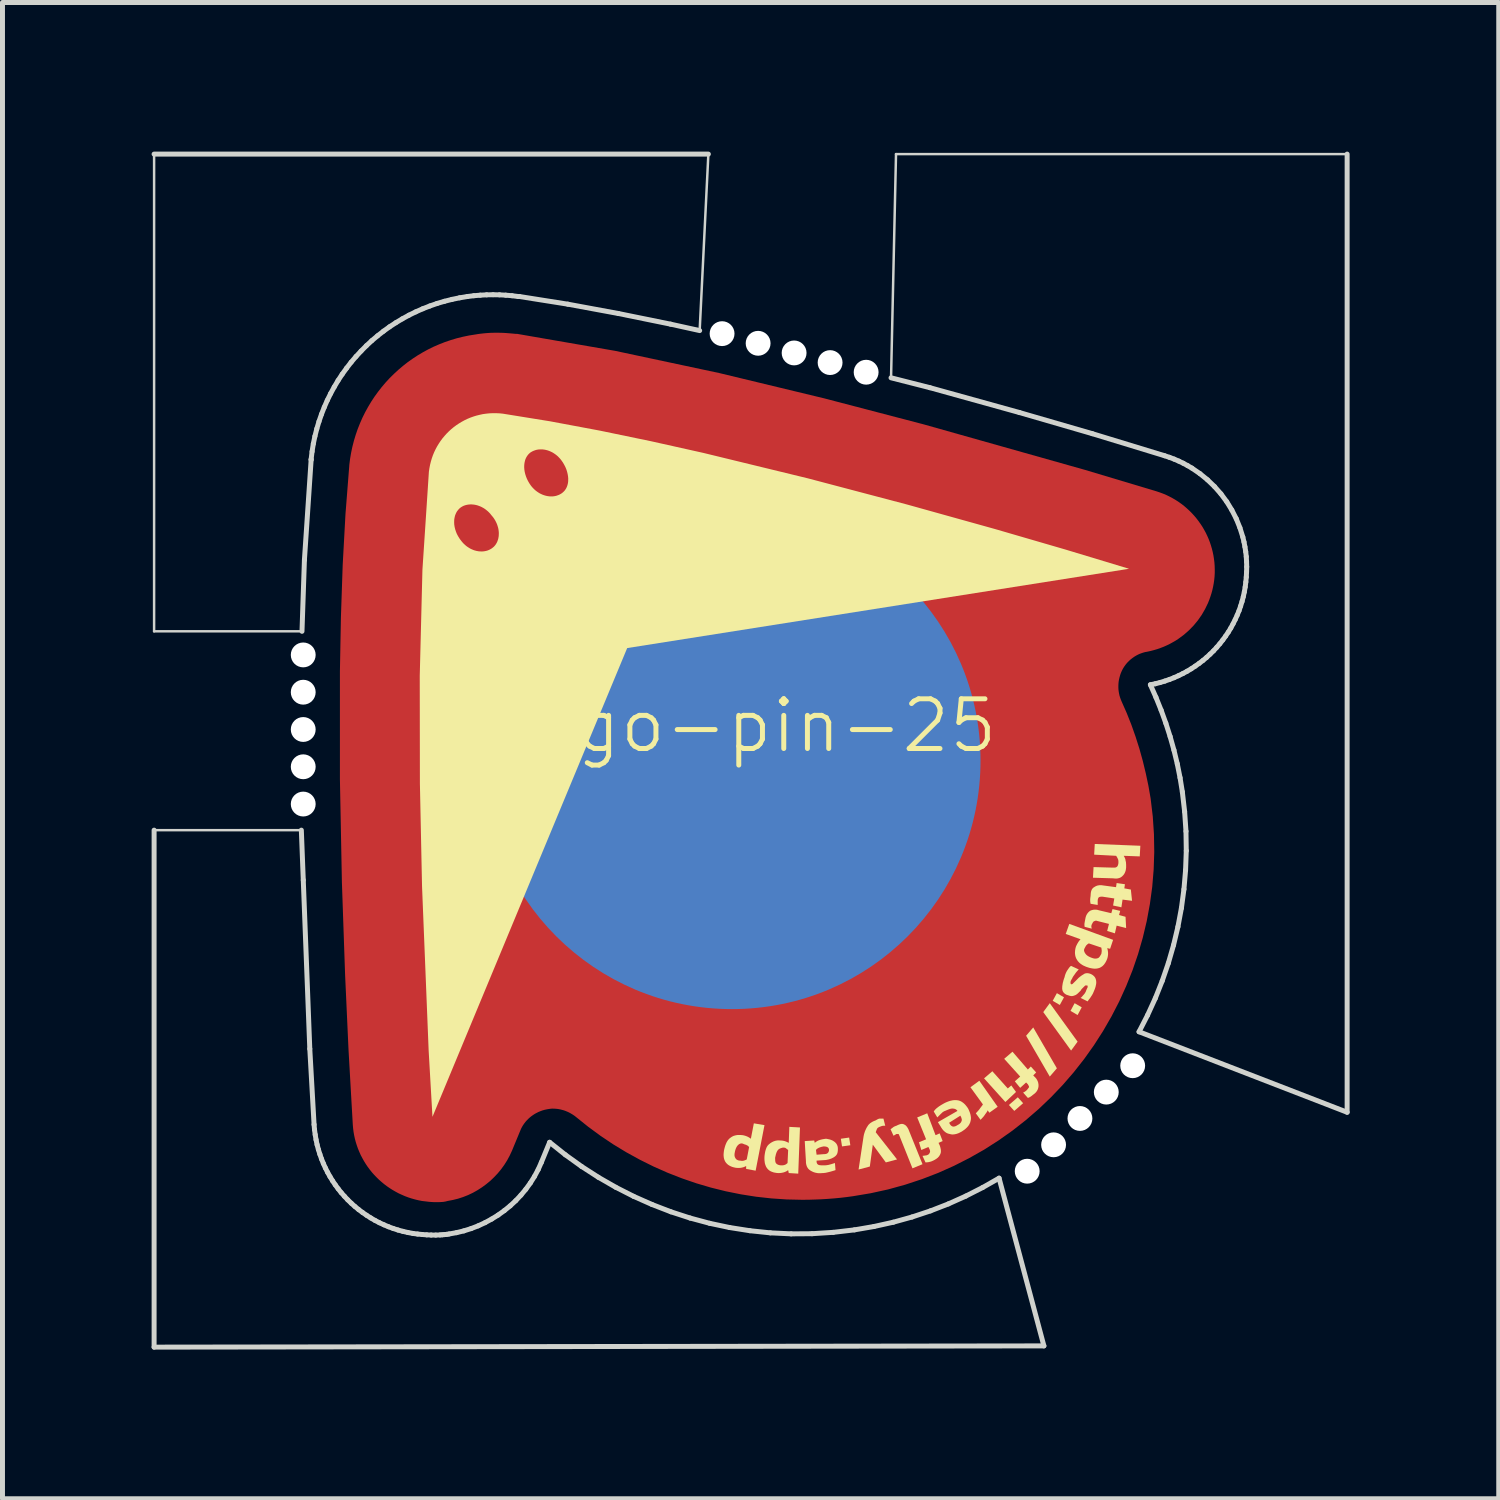
<source format=kicad_pcb>
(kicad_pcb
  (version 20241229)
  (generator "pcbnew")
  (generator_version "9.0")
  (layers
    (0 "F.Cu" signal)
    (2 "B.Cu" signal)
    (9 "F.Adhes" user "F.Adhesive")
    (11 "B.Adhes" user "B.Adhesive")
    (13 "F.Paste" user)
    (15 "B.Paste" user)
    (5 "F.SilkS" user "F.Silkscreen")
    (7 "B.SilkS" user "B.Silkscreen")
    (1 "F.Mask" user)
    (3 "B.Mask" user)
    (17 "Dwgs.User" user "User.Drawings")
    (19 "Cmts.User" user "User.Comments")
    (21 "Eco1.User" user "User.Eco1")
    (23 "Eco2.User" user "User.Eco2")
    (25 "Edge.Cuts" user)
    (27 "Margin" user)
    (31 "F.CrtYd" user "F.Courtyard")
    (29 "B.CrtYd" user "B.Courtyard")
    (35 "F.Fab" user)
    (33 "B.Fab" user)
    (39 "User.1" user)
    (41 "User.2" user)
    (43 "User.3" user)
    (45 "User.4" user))
  (footprint "logo-pin-25"
    (layer "F.Cu")
    (at 12.05 12.05)
    (property "Reference" "logo-pin-25" (at 0 -0.5 0) (unlocked yes) (layer "F.SilkS") (effects (font (size 1 1) (thickness 0.1))))
    (attr smd)
    (fp_poly (pts (xy -5.061 -8.406) (xy -5.012 -8.405) (xy -4.962 -8.403) (xy -4.913 -8.4) (xy -4.815 -8.392) (xy -4.717 -8.383) (xy -4.693 -8.383) (xy -2.725 -8.042) (xy -0.629 -7.595) (xy 1.478 -7.087) (xy 3.482 -6.563) (xy 6.721 -5.649) (xy 8.166 -5.216) (xy 8.234 -5.193) (xy 8.301 -5.168) (xy 8.367 -5.14) (xy 8.43 -5.109) (xy 8.492 -5.076) (xy 8.553 -5.04) (xy 8.611 -5.002) (xy 8.668 -4.962) (xy 8.723 -4.919) (xy 8.775 -4.874) (xy 8.826 -4.827) (xy 8.875 -4.778) (xy 8.922 -4.727) (xy 8.966 -4.675) (xy 9.008 -4.62) (xy 9.048 -4.564) (xy 9.086 -4.507) (xy 9.121 -4.447) (xy 9.154 -4.387) (xy 9.184 -4.325) (xy 9.212 -4.261) (xy 9.237 -4.197) (xy 9.259 -4.131) (xy 9.279 -4.064) (xy 9.296 -3.996) (xy 9.31 -3.928) (xy 9.321 -3.858) (xy 9.33 -3.788) (xy 9.335 -3.717) (xy 9.337 -3.646) (xy 9.337 -3.574) (xy 9.333 -3.502) (xy 9.326 -3.432) (xy 9.316 -3.363) (xy 9.303 -3.294) (xy 9.288 -3.227) (xy 9.27 -3.161) (xy 9.249 -3.096) (xy 9.226 -3.032) (xy 9.201 -2.969) (xy 9.142 -2.847) (xy 9.075 -2.731) (xy 8.998 -2.621) (xy 8.913 -2.518) (xy 8.82 -2.422) (xy 8.719 -2.333) (xy 8.61 -2.252) (xy 8.554 -2.215) (xy 8.495 -2.181) (xy 8.435 -2.148) (xy 8.374 -2.118) (xy 8.311 -2.09) (xy 8.246 -2.065) (xy 8.181 -2.042) (xy 8.113 -2.022) (xy 8.045 -2.004) (xy 7.975 -1.989) (xy 7.935 -1.982) (xy 7.896 -1.971) (xy 7.858 -1.958) (xy 7.82 -1.944) (xy 7.783 -1.926) (xy 7.748 -1.907) (xy 7.714 -1.886) (xy 7.681 -1.863) (xy 7.649 -1.838) (xy 7.619 -1.811) (xy 7.59 -1.783) (xy 7.563 -1.753) (xy 7.538 -1.722) (xy 7.515 -1.689) (xy 7.494 -1.656) (xy 7.475 -1.62) (xy 7.458 -1.584) (xy 7.443 -1.547) (xy 7.431 -1.509) (xy 7.42 -1.47) (xy 7.411 -1.43) (xy 7.404 -1.39) (xy 7.4 -1.35) (xy 7.398 -1.309) (xy 7.398 -1.269) (xy 7.4 -1.228) (xy 7.405 -1.187) (xy 7.412 -1.147) (xy 7.421 -1.106) (xy 7.433 -1.067) (xy 7.447 -1.028) (xy 7.463 -0.989) (xy 7.566 -0.756) (xy 7.66 -0.519) (xy 7.745 -0.278) (xy 7.822 -0.035) (xy 7.89 0.21) (xy 7.95 0.459) (xy 8.003 0.71) (xy 8.047 0.963) (xy 8.09 1.324) (xy 8.114 1.683) (xy 8.12 2.039) (xy 8.108 2.392) (xy 8.079 2.742) (xy 8.032 3.087) (xy 7.969 3.428) (xy 7.889 3.764) (xy 7.794 4.094) (xy 7.683 4.418) (xy 7.556 4.735) (xy 7.415 5.046) (xy 7.259 5.348) (xy 7.089 5.643) (xy 6.906 5.928) (xy 6.709 6.205) (xy 6.499 6.472) (xy 6.276 6.729) (xy 6.042 6.974) (xy 5.796 7.209) (xy 5.538 7.432) (xy 5.269 7.643) (xy 4.989 7.841) (xy 4.7 8.026) (xy 4.4 8.196) (xy 4.091 8.353) (xy 3.773 8.495) (xy 3.446 8.621) (xy 3.11 8.732) (xy 2.767 8.827) (xy 2.416 8.904) (xy 2.058 8.964) (xy 1.932 8.981) (xy 1.806 8.996) (xy 1.678 9.008) (xy 1.55 9.018) (xy 1.422 9.026) (xy 1.293 9.031) (xy 1.163 9.035) (xy 1.034 9.036) (xy 0.724 9.029) (xy 0.416 9.008) (xy 0.109 8.974) (xy -0.196 8.926) (xy -0.498 8.865) (xy -0.797 8.791) (xy -1.092 8.704) (xy -1.383 8.604) (xy -1.67 8.492) (xy -1.952 8.367) (xy -2.228 8.23) (xy -2.499 8.081) (xy -2.763 7.921) (xy -3.021 7.748) (xy -3.271 7.564) (xy -3.514 7.369) (xy -3.539 7.349) (xy -3.565 7.331) (xy -3.592 7.314) (xy -3.619 7.298) (xy -3.646 7.283) (xy -3.675 7.269) (xy -3.704 7.257) (xy -3.733 7.245) (xy -3.763 7.235) (xy -3.793 7.227) (xy -3.823 7.219) (xy -3.854 7.213) (xy -3.885 7.208) (xy -3.916 7.205) (xy -3.947 7.203) (xy -3.979 7.202) (xy -3.99 7.202) (xy -4 7.203) (xy -4.011 7.203) (xy -4.021 7.204) (xy -4.042 7.207) (xy -4.062 7.21) (xy -4.082 7.213) (xy -4.103 7.217) (xy -4.145 7.226) (xy -4.187 7.238) (xy -4.228 7.253) (xy -4.267 7.269) (xy -4.305 7.288) (xy -4.342 7.308) (xy -4.377 7.331) (xy -4.411 7.355) (xy -4.443 7.381) (xy -4.473 7.408) (xy -4.502 7.438) (xy -4.529 7.468) (xy -4.554 7.501) (xy -4.577 7.534) (xy -4.598 7.569) (xy -4.617 7.605) (xy -4.633 7.643) (xy -4.8 8.047) (xy -4.846 8.146) (xy -4.897 8.241) (xy -4.955 8.333) (xy -5.018 8.42) (xy -5.086 8.503) (xy -5.16 8.581) (xy -5.237 8.655) (xy -5.32 8.723) (xy -5.406 8.786) (xy -5.496 8.844) (xy -5.589 8.896) (xy -5.686 8.942) (xy -5.785 8.981) (xy -5.887 9.014) (xy -5.992 9.04) (xy -6.098 9.06) (xy -6.111 9.064) (xy -6.125 9.067) (xy -6.139 9.071) (xy -6.154 9.073) (xy -6.168 9.076) (xy -6.183 9.078) (xy -6.198 9.079) (xy -6.213 9.08) (xy -6.243 9.082) (xy -6.274 9.083) (xy -6.336 9.083) (xy -6.371 9.083) (xy -6.406 9.081) (xy -6.439 9.079) (xy -6.473 9.076) (xy -6.507 9.072) (xy -6.54 9.068) (xy -6.61 9.06) (xy -6.681 9.046) (xy -6.751 9.029) (xy -6.819 9.01) (xy -6.887 8.988) (xy -6.953 8.963) (xy -7.017 8.935) (xy -7.081 8.906) (xy -7.142 8.873) (xy -7.203 8.838) (xy -7.261 8.801) (xy -7.318 8.762) (xy -7.373 8.72) (xy -7.426 8.676) (xy -7.478 8.63) (xy -7.527 8.582) (xy -7.574 8.533) (xy -7.62 8.481) (xy -7.663 8.427) (xy -7.704 8.372) (xy -7.742 8.315) (xy -7.778 8.257) (xy -7.812 8.196) (xy -7.844 8.135) (xy -7.872 8.072) (xy -7.899 8.007) (xy -7.922 7.941) (xy -7.943 7.875) (xy -7.961 7.806) (xy -7.976 7.737) (xy -7.988 7.667) (xy -7.997 7.596) (xy -8.003 7.524) (xy -8.089 6.016) (xy -8.158 4.503) (xy -8.222 2.648) (xy -8.262 0.574) (xy -8.262 -1.595) (xy -8.242 -2.677) (xy -8.206 -3.737) (xy -8.15 -4.759) (xy -8.074 -5.728) (xy -8.074 -5.74) (xy -8.058 -5.866) (xy -8.037 -5.991) (xy -8.011 -6.114) (xy -7.98 -6.235) (xy -7.944 -6.354) (xy -7.904 -6.47) (xy -7.858 -6.585) (xy -7.809 -6.697) (xy -7.755 -6.806) (xy -7.696 -6.913) (xy -7.634 -7.017) (xy -7.567 -7.119) (xy -7.496 -7.217) (xy -7.422 -7.312) (xy -7.344 -7.404) (xy -7.262 -7.493) (xy -7.176 -7.578) (xy -7.087 -7.66) (xy -6.995 -7.738) (xy -6.9 -7.813) (xy -6.801 -7.883) (xy -6.699 -7.95) (xy -6.595 -8.012) (xy -6.487 -8.071) (xy -6.377 -8.125) (xy -6.264 -8.174) (xy -6.149 -8.219) (xy -6.031 -8.259) (xy -5.911 -8.295) (xy -5.789 -8.325) (xy -5.665 -8.351) (xy -5.538 -8.371) (xy -5.485 -8.38) (xy -5.431 -8.387) (xy -5.378 -8.393) (xy -5.324 -8.398) (xy -5.27 -8.402) (xy -5.217 -8.405) (xy -5.163 -8.406) (xy -5.11 -8.407)) (stroke (width 0) (type solid)) (fill yes) (layer "F.Cu"))
    (fp_poly (pts (xy -0.746 -1.748) (xy -0.736 -1.719) (xy -0.727 -1.69) (xy -0.718 -1.661) (xy -0.711 -1.632) (xy -0.704 -1.602) (xy -0.691 -1.543) (xy -0.681 -1.484) (xy -0.673 -1.424) (xy -0.667 -1.363) (xy -0.661 -1.301) (xy -0.657 -1.249) (xy -0.651 -1.198) (xy -0.644 -1.148) (xy -0.637 -1.099) (xy -0.628 -1.051) (xy -0.62 -1.004) (xy -0.6 -0.914) (xy -0.58 -0.829) (xy -0.558 -0.75) (xy -0.535 -0.676) (xy -0.513 -0.609) (xy -0.491 -0.548) (xy -0.47 -0.494) (xy -0.451 -0.447) (xy -0.434 -0.408) (xy -0.409 -0.355) (xy -0.4 -0.336) (xy -0.417 -0.341) (xy -0.464 -0.358) (xy -0.498 -0.373) (xy -0.536 -0.391) (xy -0.578 -0.414) (xy -0.624 -0.442) (xy -0.673 -0.475) (xy -0.723 -0.515) (xy -0.775 -0.56) (xy -0.801 -0.586) (xy -0.827 -0.613) (xy -0.852 -0.641) (xy -0.878 -0.672) (xy -0.903 -0.704) (xy -0.927 -0.739) (xy -0.951 -0.775) (xy -0.974 -0.813) (xy -0.997 -0.853) (xy -1.019 -0.896) (xy -1.021 -0.835) (xy -1.02 -0.773) (xy -1.017 -0.712) (xy -1.012 -0.651) (xy -1.005 -0.591) (xy -0.995 -0.531) (xy -0.984 -0.471) (xy -0.97 -0.412) (xy -0.955 -0.354) (xy -0.939 -0.296) (xy -0.901 -0.184) (xy -0.859 -0.075) (xy -0.812 0.028) (xy -0.762 0.126) (xy -0.71 0.219) (xy -0.656 0.304) (xy -0.602 0.382) (xy -0.548 0.451) (xy -0.496 0.512) (xy -0.446 0.563) (xy -0.4 0.604) (xy -0.47 0.606) (xy -0.542 0.605) (xy -0.686 0.593) (xy -0.832 0.57) (xy -0.98 0.537) (xy -1.128 0.493) (xy -1.276 0.441) (xy -1.423 0.381) (xy -1.569 0.313) (xy -1.713 0.238) (xy -1.855 0.157) (xy -1.993 0.072) (xy -2.127 -0.019) (xy -2.257 -0.112) (xy -2.382 -0.209) (xy -2.501 -0.308) (xy -2.614 -0.408) (xy -2.126 -1.563) (xy -0.757 -1.777)) (stroke (width 0) (type solid)) (fill yes) (layer "F.Mask"))
    (fp_poly (pts (xy 2.148 -0.896) (xy 3.022 -0.963) (xy 3.841 -1.042) (xy 4.267 -1.091) (xy 4.673 -1.146) (xy 4.02 -0.895) (xy 3.72 -0.776) (xy 3.436 -0.659) (xy 3.168 -0.546) (xy 2.916 -0.434) (xy 2.68 -0.325) (xy 2.458 -0.217) (xy 2.632 -0.132) (xy 2.816 -0.048) (xy 3.212 0.112) (xy 3.649 0.266) (xy 4.126 0.417) (xy 4.647 0.566) (xy 5.212 0.717) (xy 6.482 1.033) (xy 5.772 1.031) (xy 5.115 1.037) (xy 4.507 1.052) (xy 3.946 1.081) (xy 3.683 1.1) (xy 3.43 1.125) (xy 3.188 1.153) (xy 2.956 1.187) (xy 2.734 1.226) (xy 2.522 1.271) (xy 2.319 1.321) (xy 2.125 1.378) (xy 2.315 1.558) (xy 2.522 1.741) (xy 2.744 1.93) (xy 2.982 2.124) (xy 3.235 2.325) (xy 3.504 2.535) (xy 4.089 2.986) (xy 3.762 2.839) (xy 3.45 2.702) (xy 3.152 2.575) (xy 2.869 2.457) (xy 2.598 2.349) (xy 2.341 2.25) (xy 2.096 2.161) (xy 1.863 2.081) (xy 1.925 2.268) (xy 1.996 2.46) (xy 2.075 2.656) (xy 2.163 2.857) (xy 2.363 3.277) (xy 2.595 3.722) (xy 2.858 4.196) (xy 3.152 4.701) (xy 3.827 5.819) (xy 3.323 5.314) (xy 2.851 4.85) (xy 2.409 4.428) (xy 1.994 4.048) (xy 1.794 3.874) (xy 1.6 3.709) (xy 1.411 3.555) (xy 1.225 3.412) (xy 1.044 3.278) (xy 0.866 3.154) (xy 0.69 3.041) (xy 0.517 2.938) (xy 0.528 3.195) (xy 0.545 3.468) (xy 0.566 3.756) (xy 0.593 4.062) (xy 0.626 4.384) (xy 0.666 4.724) (xy 0.713 5.084) (xy 0.767 5.462) (xy 0.518 4.81) (xy 0.4 4.509) (xy 0.285 4.225) (xy 0.172 3.958) (xy 0.061 3.706) (xy -0.05 3.469) (xy -0.161 3.247) (xy -0.247 3.422) (xy -0.33 3.605) (xy -0.491 4.002) (xy -0.645 4.438) (xy -0.795 4.916) (xy -0.945 5.437) (xy -1.096 6.002) (xy -1.412 7.272) (xy -1.414 6.562) (xy -1.423 5.904) (xy -1.44 5.296) (xy -1.468 4.734) (xy -1.508 4.217) (xy -1.533 3.974) (xy -1.562 3.741) (xy -1.595 3.517) (xy -1.633 3.303) (xy -1.675 3.098) (xy -1.721 2.902) (xy -1.898 3.093) (xy -2.079 3.298) (xy -2.267 3.519) (xy -2.462 3.755) (xy -2.665 4.008) (xy -2.876 4.277) (xy -3.328 4.867) (xy -3.173 4.515) (xy -3.016 4.142) (xy -2.864 3.77) (xy -2.724 3.419) (xy -2.424 2.64) (xy -3.983 3.021) (xy -2.971 0.58) (xy -2.935 0.693) (xy -2.892 0.8) (xy -2.841 0.903) (xy -2.784 1.001) (xy -2.722 1.094) (xy -2.654 1.183) (xy -2.581 1.267) (xy -2.503 1.347) (xy -2.422 1.422) (xy -2.337 1.494) (xy -2.249 1.561) (xy -2.158 1.624) (xy -1.972 1.738) (xy -1.781 1.837) (xy -1.589 1.921) (xy -1.401 1.992) (xy -1.219 2.049) (xy -1.049 2.094) (xy -0.894 2.127) (xy -0.757 2.15) (xy -0.642 2.162) (xy -0.554 2.164) (xy -0.603 2.139) (xy -0.652 2.11) (xy -0.7 2.076) (xy -0.746 2.038) (xy -0.791 1.997) (xy -0.833 1.952) (xy -0.873 1.905) (xy -0.91 1.854) (xy -0.943 1.802) (xy -0.973 1.748) (xy -0.998 1.692) (xy -1.018 1.635) (xy -1.026 1.606) (xy -1.033 1.577) (xy -1.039 1.548) (xy -1.043 1.519) (xy -1.045 1.489) (xy -1.046 1.46) (xy -1.045 1.431) (xy -1.042 1.402) (xy -0.926 1.486) (xy -0.812 1.563) (xy -0.699 1.633) (xy -0.589 1.697) (xy -0.481 1.753) (xy -0.375 1.804) (xy -0.272 1.849) (xy -0.171 1.888) (xy -0.073 1.922) (xy 0.022 1.951) (xy 0.115 1.976) (xy 0.204 1.996) (xy 0.29 2.012) (xy 0.373 2.025) (xy 0.452 2.034) (xy 0.528 2.04) (xy 0.6 2.044) (xy 0.668 2.045) (xy 0.732 2.044) (xy 0.793 2.041) (xy 0.901 2.03) (xy 0.992 2.016) (xy 1.064 2.001) (xy 1.117 1.988) (xy 1.16 1.973) (xy 1.108 1.921) (xy 1.058 1.866) (xy 0.967 1.749) (xy 0.886 1.623) (xy 0.815 1.49) (xy 0.752 1.349) (xy 0.698 1.204) (xy 0.652 1.053) (xy 0.612 0.897) (xy 0.58 0.739) (xy 0.554 0.579) (xy 0.533 0.417) (xy 0.517 0.254) (xy 0.506 0.092) (xy 0.499 -0.069) (xy 0.493 -0.384) (xy 0.571 -0.302) (xy 0.644 -0.227) (xy 0.681 -0.191) (xy 0.717 -0.157) (xy 0.754 -0.124) (xy 0.791 -0.092) (xy 0.83 -0.062) (xy 0.87 -0.032) (xy 0.912 -0.003) (xy 0.956 0.025) (xy 1.002 0.052) (xy 1.051 0.078) (xy 1.104 0.103) (xy 1.16 0.128) (xy 1.13 0.085) (xy 1.102 0.041) (xy 1.052 -0.049) (xy 1.008 -0.143) (xy 0.971 -0.24) (xy 0.939 -0.339) (xy 0.91 -0.441) (xy 0.861 -0.647) (xy 0.816 -0.857) (xy 0.767 -1.066) (xy 0.738 -1.169) (xy 0.706 -1.27) (xy 0.668 -1.37) (xy 0.624 -1.467) (xy 0.541 -1.609) (xy 0.502 -1.673) (xy 0.464 -1.732) (xy 0.426 -1.789) (xy 0.406 -1.816) (xy 0.387 -1.842) (xy 0.367 -1.868) (xy 0.346 -1.894) (xy 0.325 -1.919) (xy 0.303 -1.944) (xy 2.994 -2.36)) (stroke (width 0) (type solid)) (fill yes) (layer "F.Mask"))
    (fp_circle (center -0.375 0.2) (end 4.625 0.2) (stroke (width 0) (type solid)) (fill yes) (layer "B.Cu"))
    (fp_circle (center -0.375 0.2) (end 4.625 0.2) (stroke (width 0) (type solid)) (fill yes) (layer "B.Mask"))
    (fp_poly (pts (xy 2.006 7.939) (xy 1.839 7.962) (xy 1.815 7.808) (xy 1.982 7.784)) (stroke (width 0) (type solid)) (fill yes) (layer "F.SilkS"))
    (fp_poly (pts (xy 5.482 7.093) (xy 5.304 7.248) (xy 5.196 7.129) (xy 5.375 6.974)) (stroke (width 0) (type solid)) (fill yes) (layer "F.SilkS"))
    (fp_poly (pts (xy 6.161 6.391) (xy 6.018 6.557) (xy 5.542 5.736) (xy 5.685 5.569)) (stroke (width 0) (type solid)) (fill yes) (layer "F.SilkS"))
    (fp_poly (pts (xy 6.304 4.962) (xy 6.22 5.117) (xy 6.077 5.033) (xy 6.161 4.879)) (stroke (width 0) (type solid)) (fill yes) (layer "F.SilkS"))
    (fp_poly (pts (xy 6.578 5.855) (xy 6.447 6.034) (xy 5.887 5.26) (xy 6.018 5.081)) (stroke (width 0) (type solid)) (fill yes) (layer "F.SilkS"))
    (fp_poly (pts (xy 6.661 5.164) (xy 6.578 5.319) (xy 6.435 5.236) (xy 6.518 5.081)) (stroke (width 0) (type solid)) (fill yes) (layer "F.SilkS"))
    (fp_poly (pts (xy 5.173 6.796) (xy 5.244 6.736) (xy 5.339 6.867) (xy 5.125 7.069) (xy 4.696 6.593) (xy 4.863 6.45)) (stroke (width 0) (type solid)) (fill yes) (layer "F.SilkS"))
    (fp_poly (pts (xy 4.97 7.165) (xy 4.803 7.284) (xy 4.768 7.236) (xy 4.765 7.243) (xy 4.763 7.249) (xy 4.76 7.255) (xy 4.757 7.261) (xy 4.753 7.267) (xy 4.75 7.272) (xy 4.746 7.278) (xy 4.742 7.284) (xy 4.734 7.295) (xy 4.726 7.306) (xy 4.717 7.318) (xy 4.713 7.325) (xy 4.708 7.331) (xy 4.704 7.338) (xy 4.699 7.345) (xy 4.694 7.351) (xy 4.689 7.358) (xy 4.678 7.371) (xy 4.667 7.383) (xy 4.655 7.395) (xy 4.645 7.407) (xy 4.625 7.427) (xy 4.53 7.296) (xy 4.549 7.276) (xy 4.56 7.264) (xy 4.571 7.252) (xy 4.582 7.24) (xy 4.588 7.233) (xy 4.593 7.227) (xy 4.598 7.22) (xy 4.604 7.214) (xy 4.608 7.207) (xy 4.613 7.2) (xy 4.617 7.194) (xy 4.622 7.187) (xy 4.631 7.176) (xy 4.647 7.154) (xy 4.655 7.144) (xy 4.662 7.135) (xy 4.665 7.13) (xy 4.668 7.126) (xy 4.67 7.121) (xy 4.673 7.117) (xy 4.422 6.772) (xy 4.601 6.641)) (stroke (width 0) (type solid)) (fill yes) (layer "F.SilkS"))
    (fp_poly (pts (xy 3.052 7.51) (xy 3.06 7.51) (xy 3.068 7.512) (xy 3.075 7.515) (xy 3.082 7.518) (xy 3.089 7.522) (xy 3.092 7.523) (xy 3.096 7.524) (xy 3.099 7.526) (xy 3.102 7.528) (xy 3.106 7.53) (xy 3.109 7.532) (xy 3.112 7.534) (xy 3.116 7.537) (xy 3.122 7.543) (xy 3.129 7.549) (xy 3.135 7.556) (xy 3.141 7.563) (xy 3.147 7.572) (xy 3.153 7.58) (xy 3.159 7.589) (xy 3.164 7.599) (xy 3.17 7.609) (xy 3.175 7.619) (xy 3.18 7.63) (xy 3.184 7.641) (xy 3.458 8.32) (xy 3.256 8.403) (xy 2.994 7.748) (xy 2.992 7.744) (xy 2.99 7.74) (xy 2.987 7.732) (xy 2.984 7.726) (xy 2.983 7.724) (xy 2.982 7.721) (xy 2.981 7.719) (xy 2.98 7.717) (xy 2.978 7.716) (xy 2.978 7.715) (xy 2.977 7.715) (xy 2.976 7.714) (xy 2.976 7.714) (xy 2.975 7.713) (xy 2.974 7.713) (xy 2.973 7.713) (xy 2.972 7.712) (xy 2.971 7.712) (xy 2.97 7.712) (xy 2.934 7.712) (xy 2.875 7.748) (xy 2.815 7.617) (xy 2.863 7.581) (xy 2.865 7.579) (xy 2.868 7.577) (xy 2.871 7.575) (xy 2.874 7.572) (xy 2.877 7.57) (xy 2.881 7.568) (xy 2.885 7.566) (xy 2.89 7.563) (xy 2.894 7.561) (xy 2.899 7.559) (xy 2.904 7.557) (xy 2.91 7.555) (xy 2.915 7.552) (xy 2.921 7.55) (xy 2.928 7.548) (xy 2.934 7.546) (xy 2.947 7.539) (xy 2.96 7.533) (xy 2.972 7.528) (xy 2.983 7.523) (xy 2.995 7.519) (xy 3.005 7.516) (xy 3.015 7.513) (xy 3.025 7.511) (xy 3.034 7.51) (xy 3.043 7.509)) (stroke (width 0) (type solid)) (fill yes) (layer "F.SilkS"))
    (fp_poly (pts (xy 2.708 7.546) (xy 2.699 7.546) (xy 2.688 7.546) (xy 2.677 7.546) (xy 2.666 7.547) (xy 2.661 7.548) (xy 2.655 7.549) (xy 2.65 7.549) (xy 2.644 7.551) (xy 2.639 7.552) (xy 2.634 7.554) (xy 2.629 7.555) (xy 2.625 7.558) (xy 2.612 7.562) (xy 2.6 7.566) (xy 2.589 7.571) (xy 2.58 7.575) (xy 2.576 7.578) (xy 2.572 7.58) (xy 2.568 7.582) (xy 2.564 7.584) (xy 2.561 7.587) (xy 2.558 7.589) (xy 2.556 7.591) (xy 2.553 7.593) (xy 2.551 7.596) (xy 2.549 7.599) (xy 2.547 7.602) (xy 2.544 7.606) (xy 2.542 7.611) (xy 2.54 7.615) (xy 2.538 7.621) (xy 2.535 7.626) (xy 2.531 7.638) (xy 2.526 7.65) (xy 2.517 7.677) (xy 2.946 8.224) (xy 2.72 8.284) (xy 2.458 7.927) (xy 2.398 8.367) (xy 2.172 8.427) (xy 2.267 7.796) (xy 2.27 7.776) (xy 2.273 7.757) (xy 2.277 7.739) (xy 2.28 7.722) (xy 2.285 7.705) (xy 2.29 7.689) (xy 2.295 7.674) (xy 2.3 7.659) (xy 2.306 7.644) (xy 2.312 7.631) (xy 2.324 7.605) (xy 2.337 7.58) (xy 2.351 7.558) (xy 2.358 7.547) (xy 2.365 7.536) (xy 2.373 7.526) (xy 2.382 7.517) (xy 2.391 7.508) (xy 2.4 7.5) (xy 2.41 7.492) (xy 2.421 7.485) (xy 2.432 7.478) (xy 2.443 7.471) (xy 2.454 7.465) (xy 2.466 7.459) (xy 2.479 7.453) (xy 2.491 7.448) (xy 2.504 7.443) (xy 2.517 7.438) (xy 2.53 7.43) (xy 2.536 7.426) (xy 2.542 7.423) (xy 2.548 7.42) (xy 2.553 7.417) (xy 2.559 7.414) (xy 2.564 7.412) (xy 2.569 7.41) (xy 2.573 7.408) (xy 2.578 7.406) (xy 2.583 7.405) (xy 2.587 7.404) (xy 2.592 7.403) (xy 2.596 7.403) (xy 2.601 7.403) (xy 2.672 7.403)) (stroke (width 0) (type solid)) (fill yes) (layer "F.SilkS"))
    (fp_poly (pts (xy 7.53 2.688) (xy 7.518 2.771) (xy 7.649 2.795) (xy 7.673 3.021) (xy 7.482 2.997) (xy 7.459 3.152) (xy 7.292 3.116) (xy 7.316 2.974) (xy 7.078 2.938) (xy 7.065 2.938) (xy 7.055 2.938) (xy 7.05 2.938) (xy 7.046 2.939) (xy 7.041 2.939) (xy 7.037 2.939) (xy 7.034 2.94) (xy 7.03 2.941) (xy 7.026 2.942) (xy 7.022 2.943) (xy 7.019 2.944) (xy 7.015 2.946) (xy 7.01 2.948) (xy 7.006 2.95) (xy 7.004 2.952) (xy 7.002 2.955) (xy 7 2.958) (xy 6.997 2.961) (xy 6.995 2.964) (xy 6.993 2.968) (xy 6.992 2.972) (xy 6.99 2.977) (xy 6.988 2.981) (xy 6.987 2.986) (xy 6.985 2.991) (xy 6.984 2.997) (xy 6.984 3.002) (xy 6.983 3.008) (xy 6.982 3.015) (xy 6.982 3.021) (xy 6.982 3.105) (xy 6.839 3.081) (xy 6.837 3.072) (xy 6.836 3.063) (xy 6.834 3.054) (xy 6.833 3.045) (xy 6.832 3.036) (xy 6.831 3.027) (xy 6.831 3.017) (xy 6.831 3.008) (xy 6.831 2.998) (xy 6.831 2.989) (xy 6.832 2.979) (xy 6.833 2.969) (xy 6.834 2.958) (xy 6.836 2.948) (xy 6.837 2.937) (xy 6.839 2.926) (xy 6.84 2.909) (xy 6.841 2.892) (xy 6.842 2.876) (xy 6.844 2.861) (xy 6.846 2.847) (xy 6.849 2.834) (xy 6.853 2.821) (xy 6.857 2.81) (xy 6.862 2.799) (xy 6.867 2.789) (xy 6.873 2.78) (xy 6.88 2.772) (xy 6.887 2.765) (xy 6.894 2.758) (xy 6.902 2.752) (xy 6.911 2.747) (xy 6.92 2.741) (xy 6.929 2.735) (xy 6.939 2.73) (xy 6.949 2.725) (xy 6.959 2.721) (xy 6.969 2.717) (xy 6.98 2.714) (xy 6.991 2.712) (xy 7.003 2.71) (xy 7.014 2.708) (xy 7.026 2.707) (xy 7.038 2.707) (xy 7.051 2.707) (xy 7.063 2.708) (xy 7.076 2.71) (xy 7.089 2.712) (xy 7.351 2.747) (xy 7.363 2.664)) (stroke (width 0) (type solid)) (fill yes) (layer "F.SilkS"))
    (fp_poly (pts (xy 3.72 7.736) (xy 3.803 7.7) (xy 3.863 7.855) (xy 3.78 7.891) (xy 3.803 7.939) (xy 3.812 7.965) (xy 3.815 7.977) (xy 3.819 7.99) (xy 3.821 8.002) (xy 3.824 8.014) (xy 3.826 8.025) (xy 3.827 8.037) (xy 3.828 8.048) (xy 3.828 8.059) (xy 3.828 8.069) (xy 3.827 8.079) (xy 3.825 8.089) (xy 3.823 8.099) (xy 3.819 8.108) (xy 3.815 8.117) (xy 3.811 8.128) (xy 3.805 8.138) (xy 3.799 8.148) (xy 3.793 8.158) (xy 3.786 8.167) (xy 3.778 8.175) (xy 3.77 8.184) (xy 3.762 8.192) (xy 3.752 8.199) (xy 3.743 8.207) (xy 3.732 8.214) (xy 3.721 8.221) (xy 3.71 8.228) (xy 3.698 8.235) (xy 3.686 8.241) (xy 3.672 8.248) (xy 3.663 8.252) (xy 3.654 8.256) (xy 3.644 8.26) (xy 3.635 8.264) (xy 3.625 8.267) (xy 3.615 8.27) (xy 3.605 8.272) (xy 3.595 8.275) (xy 3.585 8.277) (xy 3.575 8.279) (xy 3.565 8.28) (xy 3.555 8.282) (xy 3.545 8.283) (xy 3.536 8.283) (xy 3.527 8.284) (xy 3.518 8.284) (xy 3.458 8.153) (xy 3.541 8.141) (xy 3.548 8.139) (xy 3.554 8.136) (xy 3.559 8.134) (xy 3.564 8.132) (xy 3.569 8.129) (xy 3.573 8.127) (xy 3.577 8.124) (xy 3.58 8.122) (xy 3.583 8.119) (xy 3.586 8.116) (xy 3.589 8.112) (xy 3.592 8.109) (xy 3.594 8.106) (xy 3.596 8.102) (xy 3.599 8.098) (xy 3.601 8.093) (xy 3.603 8.089) (xy 3.605 8.085) (xy 3.606 8.081) (xy 3.608 8.077) (xy 3.609 8.073) (xy 3.609 8.07) (xy 3.61 8.066) (xy 3.61 8.062) (xy 3.61 8.058) (xy 3.609 8.054) (xy 3.609 8.049) (xy 3.608 8.045) (xy 3.606 8.04) (xy 3.605 8.034) (xy 3.603 8.028) (xy 3.601 8.022) (xy 3.577 7.974) (xy 3.434 8.034) (xy 3.387 7.879) (xy 3.53 7.819) (xy 3.351 7.379) (xy 3.553 7.296)) (stroke (width 0) (type solid)) (fill yes) (layer "F.SilkS"))
    (fp_poly (pts (xy 5.577 6.415) (xy 5.637 6.355) (xy 5.744 6.474) (xy 5.685 6.534) (xy 5.72 6.569) (xy 5.729 6.578) (xy 5.737 6.588) (xy 5.745 6.597) (xy 5.752 6.607) (xy 5.758 6.617) (xy 5.764 6.627) (xy 5.769 6.638) (xy 5.774 6.648) (xy 5.778 6.659) (xy 5.782 6.67) (xy 5.785 6.681) (xy 5.787 6.692) (xy 5.789 6.703) (xy 5.791 6.714) (xy 5.791 6.725) (xy 5.792 6.736) (xy 5.791 6.747) (xy 5.791 6.758) (xy 5.789 6.769) (xy 5.787 6.78) (xy 5.784 6.791) (xy 5.781 6.802) (xy 5.777 6.813) (xy 5.772 6.824) (xy 5.767 6.834) (xy 5.761 6.845) (xy 5.754 6.855) (xy 5.746 6.865) (xy 5.738 6.875) (xy 5.729 6.884) (xy 5.719 6.894) (xy 5.708 6.903) (xy 5.691 6.916) (xy 5.674 6.929) (xy 5.659 6.942) (xy 5.651 6.948) (xy 5.643 6.953) (xy 5.635 6.959) (xy 5.627 6.964) (xy 5.619 6.969) (xy 5.611 6.973) (xy 5.603 6.977) (xy 5.595 6.98) (xy 5.586 6.984) (xy 5.577 6.986) (xy 5.482 6.879) (xy 5.491 6.874) (xy 5.5 6.87) (xy 5.509 6.865) (xy 5.513 6.862) (xy 5.518 6.86) (xy 5.522 6.857) (xy 5.527 6.854) (xy 5.531 6.85) (xy 5.536 6.847) (xy 5.54 6.843) (xy 5.545 6.84) (xy 5.549 6.836) (xy 5.554 6.831) (xy 5.558 6.827) (xy 5.562 6.822) (xy 5.566 6.818) (xy 5.569 6.814) (xy 5.573 6.809) (xy 5.576 6.805) (xy 5.582 6.797) (xy 5.592 6.783) (xy 5.594 6.78) (xy 5.597 6.777) (xy 5.599 6.774) (xy 5.601 6.772) (xy 5.601 6.767) (xy 5.601 6.763) (xy 5.6 6.759) (xy 5.599 6.756) (xy 5.598 6.752) (xy 5.597 6.749) (xy 5.595 6.745) (xy 5.594 6.742) (xy 5.592 6.739) (xy 5.59 6.735) (xy 5.586 6.728) (xy 5.582 6.721) (xy 5.58 6.717) (xy 5.577 6.712) (xy 5.542 6.676) (xy 5.423 6.784) (xy 5.315 6.653) (xy 5.423 6.557) (xy 5.101 6.2) (xy 5.268 6.057)) (stroke (width 0) (type solid)) (fill yes) (layer "F.SilkS"))
    (fp_poly (pts (xy 7.435 3.224) (xy 7.411 3.307) (xy 7.542 3.343) (xy 7.554 3.569) (xy 7.363 3.521) (xy 7.328 3.676) (xy 7.173 3.628) (xy 7.209 3.486) (xy 6.97 3.426) (xy 6.968 3.425) (xy 6.966 3.424) (xy 6.964 3.423) (xy 6.961 3.423) (xy 6.959 3.422) (xy 6.957 3.422) (xy 6.955 3.421) (xy 6.953 3.421) (xy 6.95 3.421) (xy 6.948 3.421) (xy 6.944 3.421) (xy 6.939 3.422) (xy 6.935 3.423) (xy 6.93 3.424) (xy 6.926 3.426) (xy 6.921 3.428) (xy 6.917 3.429) (xy 6.908 3.434) (xy 6.899 3.438) (xy 6.897 3.44) (xy 6.895 3.443) (xy 6.892 3.446) (xy 6.89 3.449) (xy 6.888 3.452) (xy 6.886 3.456) (xy 6.883 3.459) (xy 6.881 3.463) (xy 6.877 3.471) (xy 6.872 3.48) (xy 6.863 3.497) (xy 6.861 3.502) (xy 6.859 3.506) (xy 6.858 3.511) (xy 6.857 3.516) (xy 6.856 3.52) (xy 6.855 3.525) (xy 6.854 3.53) (xy 6.854 3.535) (xy 6.854 3.54) (xy 6.855 3.545) (xy 6.856 3.55) (xy 6.857 3.556) (xy 6.858 3.562) (xy 6.859 3.568) (xy 6.861 3.574) (xy 6.863 3.581) (xy 6.72 3.545) (xy 6.718 3.536) (xy 6.717 3.527) (xy 6.716 3.518) (xy 6.716 3.509) (xy 6.715 3.5) (xy 6.716 3.491) (xy 6.716 3.482) (xy 6.717 3.472) (xy 6.719 3.463) (xy 6.72 3.453) (xy 6.724 3.433) (xy 6.732 3.39) (xy 6.735 3.375) (xy 6.738 3.361) (xy 6.741 3.347) (xy 6.746 3.334) (xy 6.75 3.322) (xy 6.755 3.31) (xy 6.761 3.299) (xy 6.767 3.289) (xy 6.773 3.279) (xy 6.78 3.27) (xy 6.787 3.261) (xy 6.794 3.253) (xy 6.802 3.245) (xy 6.81 3.238) (xy 6.819 3.23) (xy 6.828 3.224) (xy 6.837 3.219) (xy 6.846 3.215) (xy 6.856 3.212) (xy 6.865 3.208) (xy 6.876 3.206) (xy 6.886 3.203) (xy 6.897 3.201) (xy 6.908 3.2) (xy 6.919 3.199) (xy 6.931 3.199) (xy 6.943 3.199) (xy 6.955 3.2) (xy 6.967 3.202) (xy 6.98 3.204) (xy 6.993 3.208) (xy 7.006 3.212) (xy 7.256 3.271) (xy 7.28 3.188)) (stroke (width 0) (type solid)) (fill yes) (layer "F.SilkS"))
    (fp_poly (pts (xy 7.84 1.914) (xy 7.828 2.128) (xy 7.506 2.116) (xy 7.511 2.126) (xy 7.517 2.136) (xy 7.523 2.148) (xy 7.526 2.153) (xy 7.529 2.16) (xy 7.531 2.166) (xy 7.534 2.172) (xy 7.536 2.178) (xy 7.538 2.185) (xy 7.54 2.192) (xy 7.541 2.198) (xy 7.541 2.202) (xy 7.542 2.205) (xy 7.542 2.208) (xy 7.542 2.212) (xy 7.544 2.218) (xy 7.546 2.225) (xy 7.547 2.232) (xy 7.549 2.239) (xy 7.55 2.245) (xy 7.551 2.252) (xy 7.552 2.259) (xy 7.552 2.267) (xy 7.553 2.281) (xy 7.554 2.297) (xy 7.554 2.313) (xy 7.554 2.331) (xy 7.554 2.346) (xy 7.553 2.361) (xy 7.551 2.375) (xy 7.549 2.389) (xy 7.547 2.402) (xy 7.544 2.415) (xy 7.54 2.427) (xy 7.536 2.439) (xy 7.531 2.451) (xy 7.526 2.462) (xy 7.52 2.473) (xy 7.514 2.483) (xy 7.507 2.493) (xy 7.499 2.503) (xy 7.491 2.512) (xy 7.482 2.521) (xy 7.473 2.53) (xy 7.464 2.537) (xy 7.454 2.544) (xy 7.444 2.55) (xy 7.434 2.556) (xy 7.423 2.56) (xy 7.412 2.564) (xy 7.401 2.567) (xy 7.389 2.57) (xy 7.376 2.572) (xy 7.363 2.573) (xy 7.35 2.573) (xy 7.336 2.573) (xy 7.322 2.572) (xy 7.307 2.571) (xy 7.292 2.569) (xy 6.887 2.557) (xy 6.899 2.343) (xy 7.292 2.354) (xy 7.305 2.354) (xy 7.317 2.354) (xy 7.322 2.354) (xy 7.328 2.353) (xy 7.333 2.352) (xy 7.338 2.352) (xy 7.343 2.35) (xy 7.348 2.349) (xy 7.353 2.347) (xy 7.357 2.344) (xy 7.362 2.342) (xy 7.366 2.339) (xy 7.371 2.335) (xy 7.375 2.331) (xy 7.377 2.328) (xy 7.38 2.325) (xy 7.382 2.322) (xy 7.384 2.318) (xy 7.386 2.313) (xy 7.388 2.308) (xy 7.39 2.303) (xy 7.392 2.298) (xy 7.393 2.292) (xy 7.395 2.286) (xy 7.396 2.28) (xy 7.397 2.274) (xy 7.398 2.267) (xy 7.399 2.261) (xy 7.399 2.254) (xy 7.399 2.247) (xy 7.399 2.238) (xy 7.399 2.229) (xy 7.398 2.221) (xy 7.398 2.216) (xy 7.398 2.212) (xy 7.397 2.207) (xy 7.396 2.203) (xy 7.395 2.198) (xy 7.394 2.194) (xy 7.393 2.189) (xy 7.391 2.185) (xy 7.389 2.18) (xy 7.387 2.176) (xy 7.378 2.158) (xy 7.374 2.15) (xy 7.369 2.142) (xy 7.365 2.134) (xy 7.363 2.131) (xy 7.36 2.127) (xy 7.358 2.124) (xy 7.356 2.121) (xy 7.354 2.119) (xy 7.351 2.116) (xy 6.911 2.093) (xy 6.923 1.878)) (stroke (width 0) (type solid)) (fill yes) (layer "F.SilkS"))
    (fp_poly (pts (xy 0.993 7.581) (xy 0.958 8.51) (xy 0.767 8.498) (xy 0.755 8.439) (xy 0.744 8.447) (xy 0.732 8.455) (xy 0.721 8.462) (xy 0.709 8.468) (xy 0.696 8.473) (xy 0.684 8.478) (xy 0.671 8.483) (xy 0.659 8.486) (xy 0.646 8.489) (xy 0.633 8.492) (xy 0.62 8.494) (xy 0.606 8.496) (xy 0.593 8.497) (xy 0.58 8.498) (xy 0.566 8.498) (xy 0.553 8.498) (xy 0.534 8.497) (xy 0.516 8.495) (xy 0.499 8.492) (xy 0.483 8.489) (xy 0.467 8.486) (xy 0.451 8.481) (xy 0.437 8.476) (xy 0.423 8.471) (xy 0.41 8.465) (xy 0.397 8.459) (xy 0.385 8.452) (xy 0.374 8.444) (xy 0.364 8.436) (xy 0.354 8.427) (xy 0.344 8.417) (xy 0.336 8.407) (xy 0.328 8.397) (xy 0.32 8.385) (xy 0.313 8.374) (xy 0.307 8.361) (xy 0.302 8.348) (xy 0.297 8.335) (xy 0.292 8.32) (xy 0.288 8.306) (xy 0.285 8.29) (xy 0.283 8.274) (xy 0.281 8.257) (xy 0.279 8.24) (xy 0.278 8.222) (xy 0.278 8.204) (xy 0.278 8.189) (xy 0.493 8.189) (xy 0.493 8.21) (xy 0.494 8.229) (xy 0.494 8.238) (xy 0.495 8.246) (xy 0.495 8.254) (xy 0.496 8.261) (xy 0.498 8.269) (xy 0.499 8.275) (xy 0.501 8.281) (xy 0.503 8.287) (xy 0.506 8.293) (xy 0.509 8.298) (xy 0.513 8.303) (xy 0.517 8.308) (xy 0.522 8.312) (xy 0.527 8.316) (xy 0.532 8.32) (xy 0.537 8.323) (xy 0.543 8.326) (xy 0.549 8.329) (xy 0.555 8.332) (xy 0.562 8.334) (xy 0.569 8.336) (xy 0.576 8.338) (xy 0.583 8.34) (xy 0.591 8.341) (xy 0.599 8.342) (xy 0.607 8.343) (xy 0.616 8.343) (xy 0.624 8.343) (xy 0.633 8.343) (xy 0.642 8.343) (xy 0.65 8.342) (xy 0.658 8.341) (xy 0.666 8.339) (xy 0.674 8.338) (xy 0.681 8.335) (xy 0.688 8.333) (xy 0.696 8.33) (xy 0.703 8.326) (xy 0.71 8.323) (xy 0.716 8.318) (xy 0.723 8.313) (xy 0.73 8.308) (xy 0.737 8.302) (xy 0.743 8.296) (xy 0.755 8.034) (xy 0.708 7.998) (xy 0.707 7.997) (xy 0.705 7.996) (xy 0.704 7.995) (xy 0.703 7.994) (xy 0.701 7.993) (xy 0.7 7.993) (xy 0.698 7.992) (xy 0.697 7.991) (xy 0.693 7.99) (xy 0.69 7.989) (xy 0.686 7.988) (xy 0.682 7.988) (xy 0.678 7.987) (xy 0.674 7.987) (xy 0.67 7.987) (xy 0.666 7.986) (xy 0.657 7.986) (xy 0.648 7.986) (xy 0.631 7.991) (xy 0.623 7.993) (xy 0.615 7.995) (xy 0.607 7.998) (xy 0.6 8.001) (xy 0.593 8.004) (xy 0.586 8.007) (xy 0.579 8.01) (xy 0.573 8.014) (xy 0.567 8.018) (xy 0.561 8.023) (xy 0.556 8.028) (xy 0.551 8.033) (xy 0.546 8.039) (xy 0.541 8.046) (xy 0.537 8.053) (xy 0.533 8.06) (xy 0.529 8.067) (xy 0.525 8.075) (xy 0.522 8.083) (xy 0.519 8.091) (xy 0.516 8.099) (xy 0.513 8.108) (xy 0.51 8.117) (xy 0.507 8.127) (xy 0.503 8.146) (xy 0.498 8.167) (xy 0.493 8.189) (xy 0.278 8.189) (xy 0.279 8.165) (xy 0.281 8.143) (xy 0.284 8.122) (xy 0.287 8.102) (xy 0.291 8.082) (xy 0.294 8.064) (xy 0.299 8.046) (xy 0.304 8.029) (xy 0.309 8.013) (xy 0.315 7.998) (xy 0.321 7.983) (xy 0.328 7.97) (xy 0.336 7.957) (xy 0.344 7.945) (xy 0.354 7.934) (xy 0.364 7.924) (xy 0.374 7.915) (xy 0.386 7.906) (xy 0.397 7.897) (xy 0.409 7.889) (xy 0.421 7.882) (xy 0.434 7.875) (xy 0.447 7.868) (xy 0.46 7.862) (xy 0.474 7.857) (xy 0.488 7.852) (xy 0.503 7.848) (xy 0.518 7.845) (xy 0.533 7.843) (xy 0.549 7.841) (xy 0.566 7.841) (xy 0.583 7.842) (xy 0.601 7.843) (xy 0.614 7.844) (xy 0.626 7.844) (xy 0.638 7.846) (xy 0.65 7.847) (xy 0.661 7.85) (xy 0.672 7.852) (xy 0.683 7.855) (xy 0.693 7.858) (xy 0.703 7.862) (xy 0.712 7.865) (xy 0.731 7.873) (xy 0.749 7.882) (xy 0.767 7.891) (xy 0.779 7.569)) (stroke (width 0) (type solid)) (fill yes) (layer "F.SilkS"))
    (fp_poly (pts (xy 7.292 3.807) (xy 7.232 3.986) (xy 7.173 3.974) (xy 7.177 3.987) (xy 7.181 4.001) (xy 7.184 4.014) (xy 7.186 4.027) (xy 7.188 4.041) (xy 7.19 4.054) (xy 7.19 4.067) (xy 7.191 4.081) (xy 7.19 4.094) (xy 7.19 4.108) (xy 7.188 4.121) (xy 7.186 4.134) (xy 7.184 4.148) (xy 7.181 4.161) (xy 7.177 4.175) (xy 7.173 4.188) (xy 7.166 4.205) (xy 7.159 4.222) (xy 7.151 4.238) (xy 7.143 4.253) (xy 7.135 4.267) (xy 7.126 4.28) (xy 7.117 4.293) (xy 7.108 4.305) (xy 7.098 4.315) (xy 7.088 4.326) (xy 7.078 4.335) (xy 7.067 4.343) (xy 7.055 4.351) (xy 7.044 4.358) (xy 7.032 4.364) (xy 7.02 4.37) (xy 7.007 4.374) (xy 6.994 4.378) (xy 6.98 4.381) (xy 6.966 4.384) (xy 6.952 4.385) (xy 6.937 4.386) (xy 6.922 4.386) (xy 6.907 4.386) (xy 6.891 4.384) (xy 6.874 4.382) (xy 6.858 4.379) (xy 6.841 4.376) (xy 6.823 4.372) (xy 6.805 4.367) (xy 6.787 4.361) (xy 6.768 4.355) (xy 6.748 4.348) (xy 6.73 4.34) (xy 6.712 4.332) (xy 6.694 4.324) (xy 6.678 4.315) (xy 6.663 4.305) (xy 6.648 4.295) (xy 6.634 4.285) (xy 6.621 4.274) (xy 6.609 4.263) (xy 6.598 4.251) (xy 6.587 4.239) (xy 6.578 4.227) (xy 6.569 4.214) (xy 6.561 4.201) (xy 6.554 4.188) (xy 6.547 4.175) (xy 6.542 4.161) (xy 6.537 4.147) (xy 6.533 4.132) (xy 6.53 4.118) (xy 6.528 4.103) (xy 6.526 4.088) (xy 6.525 4.073) (xy 6.525 4.058) (xy 6.526 4.043) (xy 6.527 4.028) (xy 6.528 4.014) (xy 6.707 4.014) (xy 6.707 4.017) (xy 6.708 4.021) (xy 6.708 4.027) (xy 6.71 4.034) (xy 6.712 4.041) (xy 6.714 4.047) (xy 6.717 4.054) (xy 6.72 4.061) (xy 6.724 4.067) (xy 6.728 4.074) (xy 6.732 4.081) (xy 6.737 4.087) (xy 6.742 4.094) (xy 6.747 4.1) (xy 6.753 4.106) (xy 6.758 4.111) (xy 6.765 4.117) (xy 6.771 4.122) (xy 6.778 4.127) (xy 6.786 4.132) (xy 6.794 4.137) (xy 6.802 4.142) (xy 6.811 4.146) (xy 6.82 4.151) (xy 6.83 4.155) (xy 6.84 4.16) (xy 6.851 4.164) (xy 6.862 4.168) (xy 6.873 4.172) (xy 6.882 4.175) (xy 6.892 4.178) (xy 6.901 4.18) (xy 6.91 4.182) (xy 6.918 4.183) (xy 6.926 4.184) (xy 6.933 4.184) (xy 6.941 4.184) (xy 6.948 4.183) (xy 6.955 4.183) (xy 6.962 4.182) (xy 6.969 4.18) (xy 6.976 4.178) (xy 6.982 4.176) (xy 6.986 4.175) (xy 6.989 4.174) (xy 6.992 4.172) (xy 6.995 4.171) (xy 6.997 4.169) (xy 7 4.167) (xy 7.003 4.165) (xy 7.005 4.163) (xy 7.008 4.161) (xy 7.01 4.159) (xy 7.012 4.156) (xy 7.014 4.154) (xy 7.019 4.149) (xy 7.023 4.143) (xy 7.026 4.138) (xy 7.03 4.132) (xy 7.038 4.119) (xy 7.045 4.106) (xy 7.049 4.099) (xy 7.054 4.093) (xy 7.056 4.084) (xy 7.058 4.075) (xy 7.059 4.067) (xy 7.06 4.059) (xy 7.061 4.051) (xy 7.062 4.043) (xy 7.063 4.035) (xy 7.063 4.027) (xy 7.063 4.019) (xy 7.062 4.012) (xy 7.061 4.004) (xy 7.06 3.996) (xy 7.059 3.988) (xy 7.058 3.979) (xy 7.056 3.971) (xy 7.054 3.962) (xy 6.804 3.878) (xy 6.799 3.881) (xy 6.795 3.883) (xy 6.792 3.885) (xy 6.788 3.887) (xy 6.785 3.89) (xy 6.781 3.892) (xy 6.778 3.894) (xy 6.775 3.896) (xy 6.773 3.899) (xy 6.77 3.901) (xy 6.765 3.905) (xy 6.761 3.91) (xy 6.756 3.914) (xy 6.754 3.917) (xy 6.752 3.919) (xy 6.749 3.922) (xy 6.747 3.925) (xy 6.745 3.928) (xy 6.743 3.932) (xy 6.74 3.936) (xy 6.738 3.94) (xy 6.734 3.948) (xy 6.729 3.956) (xy 6.72 3.974) (xy 6.718 3.977) (xy 6.716 3.98) (xy 6.715 3.984) (xy 6.713 3.987) (xy 6.712 3.99) (xy 6.711 3.994) (xy 6.71 3.997) (xy 6.709 4.001) (xy 6.708 4.004) (xy 6.708 4.007) (xy 6.708 4.011) (xy 6.707 4.014) (xy 6.528 4.014) (xy 6.529 4.012) (xy 6.531 3.997) (xy 6.534 3.981) (xy 6.538 3.966) (xy 6.542 3.95) (xy 6.546 3.939) (xy 6.551 3.928) (xy 6.556 3.917) (xy 6.562 3.906) (xy 6.567 3.895) (xy 6.573 3.884) (xy 6.579 3.874) (xy 6.585 3.864) (xy 6.591 3.854) (xy 6.597 3.844) (xy 6.604 3.835) (xy 6.61 3.826) (xy 6.617 3.818) (xy 6.624 3.81) (xy 6.63 3.802) (xy 6.637 3.795) (xy 6.339 3.688) (xy 6.411 3.486)) (stroke (width 0) (type solid)) (fill yes) (layer "F.SilkS"))
    (fp_poly (pts (xy 4.129 7.031) (xy 4.145 7.032) (xy 4.161 7.034) (xy 4.176 7.036) (xy 4.191 7.04) (xy 4.206 7.045) (xy 4.221 7.051) (xy 4.235 7.058) (xy 4.249 7.066) (xy 4.263 7.076) (xy 4.277 7.086) (xy 4.29 7.097) (xy 4.303 7.109) (xy 4.316 7.122) (xy 4.328 7.136) (xy 4.34 7.151) (xy 4.352 7.166) (xy 4.364 7.183) (xy 4.375 7.2) (xy 4.384 7.218) (xy 4.392 7.236) (xy 4.399 7.253) (xy 4.406 7.27) (xy 4.412 7.286) (xy 4.417 7.303) (xy 4.422 7.32) (xy 4.425 7.336) (xy 4.428 7.352) (xy 4.43 7.368) (xy 4.432 7.384) (xy 4.432 7.4) (xy 4.431 7.415) (xy 4.429 7.431) (xy 4.426 7.447) (xy 4.422 7.462) (xy 4.418 7.478) (xy 4.412 7.492) (xy 4.405 7.507) (xy 4.398 7.521) (xy 4.39 7.534) (xy 4.381 7.547) (xy 4.371 7.56) (xy 4.36 7.572) (xy 4.348 7.585) (xy 4.336 7.596) (xy 4.323 7.608) (xy 4.309 7.62) (xy 4.294 7.631) (xy 4.278 7.642) (xy 4.261 7.654) (xy 4.244 7.665) (xy 4.228 7.673) (xy 4.213 7.681) (xy 4.197 7.689) (xy 4.182 7.696) (xy 4.166 7.702) (xy 4.151 7.707) (xy 4.135 7.712) (xy 4.12 7.715) (xy 4.105 7.718) (xy 4.091 7.72) (xy 4.076 7.721) (xy 4.061 7.722) (xy 4.047 7.721) (xy 4.033 7.719) (xy 4.019 7.716) (xy 4.006 7.712) (xy 3.993 7.71) (xy 3.98 7.706) (xy 3.967 7.702) (xy 3.954 7.697) (xy 3.942 7.691) (xy 3.93 7.684) (xy 3.919 7.676) (xy 3.908 7.668) (xy 3.897 7.658) (xy 3.886 7.648) (xy 3.875 7.637) (xy 3.865 7.625) (xy 3.855 7.613) (xy 3.846 7.599) (xy 3.836 7.585) (xy 3.827 7.569) (xy 3.775 7.486) (xy 3.994 7.486) (xy 4.006 7.51) (xy 4.009 7.515) (xy 4.013 7.52) (xy 4.016 7.525) (xy 4.02 7.53) (xy 4.023 7.534) (xy 4.027 7.538) (xy 4.031 7.542) (xy 4.035 7.545) (xy 4.039 7.549) (xy 4.043 7.551) (xy 4.047 7.554) (xy 4.052 7.556) (xy 4.056 7.558) (xy 4.06 7.56) (xy 4.065 7.561) (xy 4.07 7.562) (xy 4.075 7.563) (xy 4.079 7.563) (xy 4.084 7.563) (xy 4.09 7.563) (xy 4.095 7.562) (xy 4.1 7.561) (xy 4.106 7.56) (xy 4.111 7.558) (xy 4.117 7.557) (xy 4.123 7.554) (xy 4.129 7.552) (xy 4.135 7.549) (xy 4.141 7.546) (xy 4.147 7.542) (xy 4.154 7.538) (xy 4.161 7.534) (xy 4.169 7.529) (xy 4.177 7.525) (xy 4.185 7.52) (xy 4.192 7.516) (xy 4.199 7.511) (xy 4.205 7.506) (xy 4.21 7.501) (xy 4.216 7.496) (xy 4.22 7.491) (xy 4.225 7.486) (xy 4.229 7.481) (xy 4.233 7.475) (xy 4.236 7.469) (xy 4.239 7.463) (xy 4.242 7.457) (xy 4.244 7.45) (xy 4.245 7.448) (xy 4.246 7.446) (xy 4.247 7.443) (xy 4.247 7.441) (xy 4.248 7.438) (xy 4.248 7.436) (xy 4.248 7.433) (xy 4.249 7.43) (xy 4.248 7.425) (xy 4.248 7.419) (xy 4.247 7.412) (xy 4.245 7.406) (xy 4.243 7.399) (xy 4.241 7.392) (xy 4.239 7.384) (xy 4.236 7.377) (xy 4.232 7.369) (xy 4.228 7.361) (xy 4.224 7.352) (xy 4.22 7.343) (xy 3.994 7.486) (xy 3.775 7.486) (xy 3.768 7.474) (xy 4.161 7.248) (xy 4.158 7.245) (xy 4.156 7.242) (xy 4.154 7.239) (xy 4.151 7.236) (xy 4.149 7.233) (xy 4.146 7.23) (xy 4.143 7.228) (xy 4.14 7.225) (xy 4.138 7.223) (xy 4.135 7.221) (xy 4.132 7.219) (xy 4.129 7.217) (xy 4.126 7.215) (xy 4.122 7.214) (xy 4.119 7.212) (xy 4.116 7.211) (xy 4.113 7.209) (xy 4.109 7.208) (xy 4.102 7.206) (xy 4.095 7.204) (xy 4.087 7.203) (xy 4.079 7.202) (xy 4.071 7.201) (xy 4.062 7.2) (xy 4.053 7.2) (xy 4.047 7.201) (xy 4.039 7.201) (xy 4.032 7.203) (xy 4.024 7.204) (xy 4.016 7.207) (xy 4.008 7.209) (xy 4 7.212) (xy 3.991 7.215) (xy 3.972 7.222) (xy 3.953 7.23) (xy 3.932 7.239) (xy 3.911 7.248) (xy 3.904 7.25) (xy 3.898 7.253) (xy 3.892 7.256) (xy 3.886 7.259) (xy 3.88 7.262) (xy 3.875 7.266) (xy 3.869 7.269) (xy 3.864 7.273) (xy 3.859 7.277) (xy 3.855 7.281) (xy 3.85 7.286) (xy 3.845 7.29) (xy 3.836 7.299) (xy 3.827 7.307) (xy 3.756 7.379) (xy 3.684 7.26) (xy 3.691 7.249) (xy 3.699 7.238) (xy 3.708 7.228) (xy 3.717 7.217) (xy 3.728 7.207) (xy 3.738 7.197) (xy 3.75 7.188) (xy 3.762 7.178) (xy 3.774 7.169) (xy 3.787 7.159) (xy 3.801 7.15) (xy 3.815 7.141) (xy 3.829 7.132) (xy 3.844 7.123) (xy 3.875 7.105) (xy 3.895 7.094) (xy 3.914 7.084) (xy 3.934 7.075) (xy 3.953 7.067) (xy 3.972 7.06) (xy 3.99 7.053) (xy 4.009 7.047) (xy 4.027 7.043) (xy 4.044 7.039) (xy 4.062 7.035) (xy 4.079 7.033) (xy 4.096 7.031) (xy 4.112 7.031)) (stroke (width 0) (type solid)) (fill yes) (layer "F.SilkS"))
    (fp_poly (pts (xy 0.279 7.534) (xy 0.101 8.45) (xy -0.09 8.415) (xy -0.09 8.355) (xy -0.101 8.362) (xy -0.113 8.368) (xy -0.125 8.373) (xy -0.137 8.378) (xy -0.149 8.382) (xy -0.162 8.385) (xy -0.175 8.388) (xy -0.188 8.391) (xy -0.202 8.393) (xy -0.216 8.394) (xy -0.23 8.395) (xy -0.244 8.395) (xy -0.259 8.395) (xy -0.274 8.394) (xy -0.289 8.393) (xy -0.304 8.391) (xy -0.322 8.387) (xy -0.339 8.383) (xy -0.355 8.379) (xy -0.371 8.374) (xy -0.386 8.368) (xy -0.4 8.362) (xy -0.414 8.355) (xy -0.427 8.348) (xy -0.439 8.341) (xy -0.451 8.333) (xy -0.462 8.324) (xy -0.472 8.315) (xy -0.482 8.305) (xy -0.491 8.295) (xy -0.499 8.285) (xy -0.507 8.273) (xy -0.514 8.262) (xy -0.52 8.249) (xy -0.525 8.237) (xy -0.53 8.223) (xy -0.534 8.21) (xy -0.538 8.195) (xy -0.54 8.18) (xy -0.542 8.165) (xy -0.543 8.149) (xy -0.544 8.136) (xy -0.324 8.136) (xy -0.324 8.144) (xy -0.323 8.152) (xy -0.322 8.159) (xy -0.32 8.166) (xy -0.318 8.173) (xy -0.315 8.18) (xy -0.312 8.187) (xy -0.308 8.194) (xy -0.304 8.2) (xy -0.303 8.203) (xy -0.302 8.205) (xy -0.3 8.207) (xy -0.299 8.209) (xy -0.297 8.212) (xy -0.295 8.214) (xy -0.293 8.216) (xy -0.291 8.218) (xy -0.289 8.22) (xy -0.287 8.222) (xy -0.284 8.224) (xy -0.281 8.226) (xy -0.279 8.228) (xy -0.276 8.23) (xy -0.273 8.231) (xy -0.27 8.233) (xy -0.267 8.235) (xy -0.264 8.236) (xy -0.26 8.238) (xy -0.257 8.239) (xy -0.253 8.241) (xy -0.25 8.242) (xy -0.246 8.243) (xy -0.242 8.244) (xy -0.238 8.245) (xy -0.235 8.246) (xy -0.23 8.246) (xy -0.226 8.247) (xy -0.222 8.247) (xy -0.218 8.248) (xy -0.213 8.248) (xy -0.209 8.248) (xy -0.2 8.25) (xy -0.192 8.251) (xy -0.183 8.252) (xy -0.175 8.253) (xy -0.167 8.253) (xy -0.159 8.252) (xy -0.151 8.251) (xy -0.144 8.25) (xy -0.136 8.248) (xy -0.128 8.245) (xy -0.12 8.243) (xy -0.112 8.24) (xy -0.104 8.236) (xy -0.095 8.233) (xy -0.078 8.224) (xy -0.03 7.974) (xy -0.035 7.969) (xy -0.041 7.964) (xy -0.048 7.958) (xy -0.051 7.955) (xy -0.054 7.952) (xy -0.058 7.949) (xy -0.061 7.947) (xy -0.064 7.944) (xy -0.067 7.942) (xy -0.07 7.941) (xy -0.072 7.94) (xy -0.073 7.94) (xy -0.074 7.939) (xy -0.076 7.939) (xy -0.077 7.939) (xy -0.078 7.939) (xy -0.079 7.937) (xy -0.08 7.936) (xy -0.082 7.935) (xy -0.083 7.935) (xy -0.086 7.933) (xy -0.089 7.931) (xy -0.092 7.93) (xy -0.096 7.929) (xy -0.1 7.928) (xy -0.103 7.927) (xy -0.111 7.924) (xy -0.116 7.923) (xy -0.12 7.922) (xy -0.124 7.92) (xy -0.129 7.919) (xy -0.133 7.917) (xy -0.138 7.915) (xy -0.146 7.911) (xy -0.151 7.909) (xy -0.155 7.907) (xy -0.159 7.906) (xy -0.163 7.905) (xy -0.167 7.904) (xy -0.171 7.903) (xy -0.175 7.903) (xy -0.179 7.902) (xy -0.183 7.902) (xy -0.187 7.902) (xy -0.191 7.903) (xy -0.194 7.903) (xy -0.198 7.904) (xy -0.202 7.904) (xy -0.205 7.905) (xy -0.209 7.906) (xy -0.212 7.908) (xy -0.216 7.909) (xy -0.223 7.912) (xy -0.23 7.916) (xy -0.237 7.921) (xy -0.243 7.926) (xy -0.25 7.932) (xy -0.257 7.939) (xy -0.261 7.943) (xy -0.266 7.949) (xy -0.27 7.954) (xy -0.274 7.961) (xy -0.279 7.967) (xy -0.283 7.975) (xy -0.287 7.982) (xy -0.291 7.991) (xy -0.295 7.999) (xy -0.298 8.008) (xy -0.302 8.018) (xy -0.305 8.027) (xy -0.308 8.037) (xy -0.311 8.048) (xy -0.314 8.058) (xy -0.316 8.069) (xy -0.318 8.08) (xy -0.32 8.091) (xy -0.322 8.101) (xy -0.323 8.11) (xy -0.324 8.119) (xy -0.324 8.128) (xy -0.324 8.136) (xy -0.544 8.136) (xy -0.544 8.132) (xy -0.543 8.115) (xy -0.542 8.098) (xy -0.54 8.08) (xy -0.538 8.061) (xy -0.535 8.042) (xy -0.531 8.022) (xy -0.526 8.002) (xy -0.521 7.983) (xy -0.516 7.964) (xy -0.51 7.946) (xy -0.504 7.929) (xy -0.497 7.912) (xy -0.49 7.896) (xy -0.483 7.88) (xy -0.475 7.866) (xy -0.466 7.852) (xy -0.457 7.838) (xy -0.447 7.826) (xy -0.436 7.814) (xy -0.425 7.803) (xy -0.413 7.793) (xy -0.4 7.784) (xy -0.388 7.775) (xy -0.376 7.768) (xy -0.364 7.761) (xy -0.351 7.755) (xy -0.337 7.749) (xy -0.323 7.745) (xy -0.309 7.741) (xy -0.294 7.738) (xy -0.279 7.735) (xy -0.263 7.733) (xy -0.247 7.732) (xy -0.23 7.732) (xy -0.214 7.732) (xy -0.197 7.733) (xy -0.179 7.734) (xy -0.161 7.736) (xy -0.148 7.738) (xy -0.136 7.741) (xy -0.124 7.744) (xy -0.112 7.747) (xy -0.101 7.751) (xy -0.09 7.755) (xy -0.079 7.759) (xy -0.069 7.763) (xy -0.059 7.768) (xy -0.05 7.772) (xy -0.04 7.778) (xy -0.031 7.783) (xy -0.022 7.789) (xy -0.013 7.795) (xy -0.004 7.801) (xy 0.005 7.808) (xy 0.065 7.498)) (stroke (width 0) (type solid)) (fill yes) (layer "F.SilkS"))
    (fp_poly (pts (xy 1.543 7.812) (xy 1.567 7.817) (xy 1.578 7.819) (xy 1.589 7.822) (xy 1.599 7.825) (xy 1.61 7.828) (xy 1.62 7.832) (xy 1.629 7.836) (xy 1.639 7.84) (xy 1.648 7.844) (xy 1.657 7.849) (xy 1.666 7.855) (xy 1.675 7.861) (xy 1.684 7.867) (xy 1.693 7.874) (xy 1.701 7.881) (xy 1.708 7.888) (xy 1.715 7.896) (xy 1.722 7.904) (xy 1.728 7.912) (xy 1.733 7.921) (xy 1.738 7.93) (xy 1.742 7.939) (xy 1.745 7.948) (xy 1.749 7.958) (xy 1.751 7.968) (xy 1.753 7.978) (xy 1.754 7.988) (xy 1.755 7.999) (xy 1.755 8.01) (xy 1.755 8.023) (xy 1.755 8.036) (xy 1.754 8.048) (xy 1.753 8.059) (xy 1.751 8.07) (xy 1.749 8.081) (xy 1.747 8.091) (xy 1.744 8.101) (xy 1.74 8.11) (xy 1.736 8.119) (xy 1.731 8.127) (xy 1.725 8.136) (xy 1.719 8.143) (xy 1.712 8.151) (xy 1.704 8.158) (xy 1.696 8.165) (xy 1.687 8.171) (xy 1.678 8.178) (xy 1.668 8.184) (xy 1.658 8.189) (xy 1.647 8.195) (xy 1.637 8.2) (xy 1.626 8.205) (xy 1.614 8.209) (xy 1.602 8.214) (xy 1.59 8.218) (xy 1.577 8.222) (xy 1.564 8.225) (xy 1.55 8.228) (xy 1.536 8.231) (xy 1.521 8.234) (xy 1.505 8.236) (xy 1.327 8.248) (xy 1.327 8.26) (xy 1.327 8.267) (xy 1.327 8.273) (xy 1.328 8.279) (xy 1.329 8.285) (xy 1.33 8.29) (xy 1.332 8.295) (xy 1.334 8.3) (xy 1.336 8.305) (xy 1.338 8.309) (xy 1.341 8.313) (xy 1.344 8.317) (xy 1.347 8.32) (xy 1.35 8.323) (xy 1.354 8.326) (xy 1.358 8.329) (xy 1.363 8.331) (xy 1.367 8.334) (xy 1.372 8.335) (xy 1.377 8.337) (xy 1.383 8.338) (xy 1.389 8.339) (xy 1.395 8.34) (xy 1.402 8.341) (xy 1.409 8.342) (xy 1.416 8.342) (xy 1.424 8.343) (xy 1.441 8.343) (xy 1.46 8.343) (xy 1.482 8.343) (xy 1.495 8.343) (xy 1.508 8.342) (xy 1.522 8.341) (xy 1.535 8.339) (xy 1.549 8.337) (xy 1.562 8.335) (xy 1.575 8.332) (xy 1.589 8.328) (xy 1.616 8.321) (xy 1.642 8.313) (xy 1.696 8.296) (xy 1.708 8.439) (xy 1.681 8.448) (xy 1.653 8.456) (xy 1.638 8.461) (xy 1.622 8.465) (xy 1.606 8.47) (xy 1.589 8.474) (xy 1.553 8.483) (xy 1.535 8.487) (xy 1.517 8.491) (xy 1.499 8.494) (xy 1.482 8.496) (xy 1.473 8.497) (xy 1.464 8.498) (xy 1.455 8.498) (xy 1.446 8.498) (xy 1.426 8.5) (xy 1.407 8.501) (xy 1.389 8.501) (xy 1.372 8.501) (xy 1.355 8.5) (xy 1.339 8.498) (xy 1.324 8.495) (xy 1.309 8.492) (xy 1.295 8.489) (xy 1.281 8.484) (xy 1.268 8.48) (xy 1.255 8.475) (xy 1.243 8.469) (xy 1.231 8.463) (xy 1.219 8.457) (xy 1.208 8.45) (xy 1.202 8.447) (xy 1.197 8.444) (xy 1.192 8.44) (xy 1.187 8.436) (xy 1.182 8.432) (xy 1.177 8.428) (xy 1.172 8.424) (xy 1.168 8.419) (xy 1.163 8.414) (xy 1.159 8.41) (xy 1.155 8.405) (xy 1.151 8.4) (xy 1.148 8.394) (xy 1.144 8.389) (xy 1.141 8.383) (xy 1.138 8.378) (xy 1.135 8.372) (xy 1.132 8.365) (xy 1.129 8.359) (xy 1.127 8.353) (xy 1.125 8.346) (xy 1.123 8.339) (xy 1.121 8.332) (xy 1.119 8.325) (xy 1.118 8.317) (xy 1.116 8.31) (xy 1.115 8.302) (xy 1.114 8.294) (xy 1.113 8.286) (xy 1.113 8.277) (xy 1.113 8.269) (xy 1.113 8.26) (xy 1.099 8.034) (xy 1.315 8.034) (xy 1.327 8.129) (xy 1.482 8.117) (xy 1.488 8.117) (xy 1.494 8.117) (xy 1.5 8.116) (xy 1.506 8.115) (xy 1.512 8.114) (xy 1.517 8.113) (xy 1.522 8.111) (xy 1.526 8.11) (xy 1.531 8.108) (xy 1.535 8.106) (xy 1.538 8.104) (xy 1.542 8.102) (xy 1.545 8.1) (xy 1.548 8.098) (xy 1.551 8.096) (xy 1.553 8.093) (xy 1.555 8.091) (xy 1.558 8.088) (xy 1.56 8.085) (xy 1.562 8.082) (xy 1.564 8.079) (xy 1.566 8.076) (xy 1.568 8.072) (xy 1.569 8.068) (xy 1.571 8.064) (xy 1.572 8.06) (xy 1.574 8.056) (xy 1.575 8.051) (xy 1.576 8.047) (xy 1.576 8.043) (xy 1.577 8.038) (xy 1.577 8.034) (xy 1.577 8.029) (xy 1.576 8.025) (xy 1.576 8.021) (xy 1.575 8.017) (xy 1.574 8.013) (xy 1.573 8.009) (xy 1.572 8.006) (xy 1.57 8.003) (xy 1.568 7.999) (xy 1.566 7.996) (xy 1.564 7.993) (xy 1.562 7.99) (xy 1.559 7.988) (xy 1.556 7.985) (xy 1.553 7.982) (xy 1.55 7.98) (xy 1.547 7.978) (xy 1.543 7.976) (xy 1.539 7.974) (xy 1.535 7.972) (xy 1.531 7.971) (xy 1.526 7.969) (xy 1.522 7.968) (xy 1.517 7.967) (xy 1.511 7.966) (xy 1.506 7.965) (xy 1.501 7.964) (xy 1.495 7.963) (xy 1.489 7.963) (xy 1.483 7.963) (xy 1.476 7.962) (xy 1.47 7.962) (xy 1.456 7.965) (xy 1.444 7.967) (xy 1.431 7.97) (xy 1.419 7.973) (xy 1.407 7.977) (xy 1.396 7.981) (xy 1.385 7.985) (xy 1.374 7.989) (xy 1.365 7.994) (xy 1.356 7.999) (xy 1.347 8.004) (xy 1.339 8.009) (xy 1.332 8.015) (xy 1.326 8.021) (xy 1.32 8.027) (xy 1.315 8.034) (xy 1.099 8.034) (xy 1.089 7.855) (xy 1.279 7.843) (xy 1.291 7.891) (xy 1.3 7.882) (xy 1.31 7.874) (xy 1.321 7.867) (xy 1.332 7.859) (xy 1.343 7.853) (xy 1.355 7.847) (xy 1.368 7.841) (xy 1.382 7.836) (xy 1.396 7.831) (xy 1.411 7.827) (xy 1.427 7.823) (xy 1.444 7.819) (xy 1.461 7.816) (xy 1.479 7.813) (xy 1.498 7.81) (xy 1.517 7.808)) (stroke (width 0) (type solid)) (fill yes) (layer "F.SilkS"))
    (fp_poly (pts (xy -5.121 -6.788) (xy -5.052 -6.785) (xy -4.983 -6.778) (xy -4.036 -6.625) (xy -3.037 -6.438) (xy -2.004 -6.224) (xy -0.951 -5.989) (xy 1.153 -5.477) (xy 3.15 -4.95) (xy 4.918 -4.457) (xy 6.333 -4.045) (xy 7.613 -3.658) (xy -2.483 -2.063) (xy -6.4 7.367) (xy -6.477 6.032) (xy -6.61 2.727) (xy -6.653 0.662) (xy -6.656 -1.504) (xy -6.602 -3.638) (xy -6.539 -4.593) (xy -5.964 -4.593) (xy -5.962 -4.548) (xy -5.955 -4.502) (xy -5.944 -4.455) (xy -5.929 -4.409) (xy -5.911 -4.363) (xy -5.887 -4.317) (xy -5.86 -4.273) (xy -5.845 -4.251) (xy -5.829 -4.23) (xy -5.813 -4.209) (xy -5.796 -4.189) (xy -5.779 -4.17) (xy -5.761 -4.153) (xy -5.743 -4.136) (xy -5.724 -4.12) (xy -5.705 -4.105) (xy -5.685 -4.092) (xy -5.665 -4.079) (xy -5.645 -4.067) (xy -5.624 -4.056) (xy -5.603 -4.047) (xy -5.582 -4.038) (xy -5.561 -4.03) (xy -5.539 -4.024) (xy -5.518 -4.018) (xy -5.496 -4.014) (xy -5.475 -4.01) (xy -5.453 -4.008) (xy -5.432 -4.007) (xy -5.411 -4.006) (xy -5.39 -4.007) (xy -5.369 -4.009) (xy -5.348 -4.012) (xy -5.328 -4.016) (xy -5.308 -4.021) (xy -5.288 -4.027) (xy -5.269 -4.035) (xy -5.251 -4.043) (xy -5.232 -4.053) (xy -5.215 -4.063) (xy -5.198 -4.075) (xy -5.182 -4.088) (xy -5.166 -4.101) (xy -5.152 -4.116) (xy -5.139 -4.132) (xy -5.127 -4.148) (xy -5.116 -4.166) (xy -5.106 -4.184) (xy -5.097 -4.202) (xy -5.09 -4.222) (xy -5.083 -4.242) (xy -5.077 -4.262) (xy -5.073 -4.283) (xy -5.069 -4.305) (xy -5.067 -4.326) (xy -5.066 -4.349) (xy -5.065 -4.371) (xy -5.066 -4.394) (xy -5.068 -4.417) (xy -5.071 -4.44) (xy -5.075 -4.463) (xy -5.08 -4.486) (xy -5.087 -4.509) (xy -5.094 -4.532) (xy -5.102 -4.555) (xy -5.112 -4.578) (xy -5.123 -4.601) (xy -5.134 -4.623) (xy -5.147 -4.645) (xy -5.161 -4.667) (xy -5.176 -4.689) (xy -5.192 -4.709) (xy -5.21 -4.73) (xy -5.226 -4.75) (xy -5.242 -4.77) (xy -5.26 -4.789) (xy -5.278 -4.807) (xy -5.296 -4.823) (xy -5.316 -4.839) (xy -5.335 -4.854) (xy -5.355 -4.868) (xy -5.376 -4.881) (xy -5.396 -4.892) (xy -5.417 -4.903) (xy -5.439 -4.913) (xy -5.46 -4.921) (xy -5.482 -4.929) (xy -5.503 -4.936) (xy -5.525 -4.941) (xy -5.547 -4.946) (xy -5.569 -4.949) (xy -5.59 -4.951) (xy -5.612 -4.953) (xy -5.633 -4.953) (xy -5.654 -4.952) (xy -5.675 -4.95) (xy -5.695 -4.947) (xy -5.715 -4.943) (xy -5.735 -4.938) (xy -5.754 -4.932) (xy -5.773 -4.925) (xy -5.791 -4.916) (xy -5.808 -4.907) (xy -5.825 -4.896) (xy -5.841 -4.885) (xy -5.856 -4.872) (xy -5.87 -4.858) (xy -5.883 -4.843) (xy -5.895 -4.828) (xy -5.907 -4.812) (xy -5.917 -4.795) (xy -5.926 -4.777) (xy -5.934 -4.759) (xy -5.942 -4.74) (xy -5.948 -4.72) (xy -5.953 -4.7) (xy -5.957 -4.679) (xy -5.961 -4.658) (xy -5.963 -4.637) (xy -5.964 -4.593) (xy -6.539 -4.593) (xy -6.472 -5.611) (xy -6.462 -5.679) (xy -6.458 -5.7) (xy -4.555 -5.7) (xy -4.552 -5.655) (xy -4.545 -5.609) (xy -4.534 -5.563) (xy -4.519 -5.516) (xy -4.501 -5.47) (xy -4.479 -5.425) (xy -4.453 -5.38) (xy -4.424 -5.337) (xy -4.408 -5.316) (xy -4.391 -5.296) (xy -4.374 -5.278) (xy -4.356 -5.26) (xy -4.338 -5.243) (xy -4.319 -5.227) (xy -4.3 -5.213) (xy -4.28 -5.199) (xy -4.26 -5.186) (xy -4.24 -5.174) (xy -4.219 -5.164) (xy -4.198 -5.154) (xy -4.177 -5.145) (xy -4.156 -5.138) (xy -4.134 -5.131) (xy -4.113 -5.126) (xy -4.091 -5.121) (xy -4.07 -5.118) (xy -4.048 -5.115) (xy -4.027 -5.114) (xy -4.006 -5.114) (xy -3.985 -5.114) (xy -3.964 -5.116) (xy -3.943 -5.119) (xy -3.923 -5.123) (xy -3.903 -5.128) (xy -3.884 -5.135) (xy -3.864 -5.142) (xy -3.846 -5.15) (xy -3.828 -5.16) (xy -3.81 -5.17) (xy -3.793 -5.182) (xy -3.777 -5.195) (xy -3.762 -5.209) (xy -3.748 -5.223) (xy -3.735 -5.239) (xy -3.724 -5.255) (xy -3.713 -5.272) (xy -3.704 -5.29) (xy -3.696 -5.308) (xy -3.689 -5.327) (xy -3.683 -5.347) (xy -3.678 -5.367) (xy -3.674 -5.387) (xy -3.671 -5.408) (xy -3.67 -5.43) (xy -3.669 -5.474) (xy -3.673 -5.519) (xy -3.681 -5.565) (xy -3.692 -5.611) (xy -3.707 -5.658) (xy -3.726 -5.704) (xy -3.749 -5.749) (xy -3.775 -5.794) (xy -3.805 -5.837) (xy -3.821 -5.858) (xy -3.837 -5.877) (xy -3.855 -5.896) (xy -3.872 -5.914) (xy -3.891 -5.931) (xy -3.91 -5.947) (xy -3.929 -5.961) (xy -3.949 -5.975) (xy -3.969 -5.988) (xy -3.989 -6) (xy -4.01 -6.01) (xy -4.031 -6.02) (xy -4.052 -6.029) (xy -4.073 -6.036) (xy -4.094 -6.043) (xy -4.116 -6.048) (xy -4.137 -6.053) (xy -4.159 -6.056) (xy -4.18 -6.059) (xy -4.202 -6.06) (xy -4.223 -6.06) (xy -4.244 -6.059) (xy -4.265 -6.058) (xy -4.285 -6.055) (xy -4.306 -6.051) (xy -4.325 -6.046) (xy -4.345 -6.039) (xy -4.364 -6.032) (xy -4.383 -6.024) (xy -4.401 -6.014) (xy -4.419 -6.004) (xy -4.436 -5.992) (xy -4.451 -5.979) (xy -4.465 -5.965) (xy -4.478 -5.951) (xy -4.49 -5.935) (xy -4.501 -5.919) (xy -4.511 -5.902) (xy -4.52 -5.884) (xy -4.528 -5.866) (xy -4.535 -5.847) (xy -4.54 -5.827) (xy -4.545 -5.807) (xy -4.549 -5.787) (xy -4.554 -5.744) (xy -4.555 -5.7) (xy -6.458 -5.7) (xy -6.449 -5.747) (xy -6.433 -5.812) (xy -6.414 -5.877) (xy -6.392 -5.94) (xy -6.367 -6.001) (xy -6.339 -6.06) (xy -6.308 -6.118) (xy -6.274 -6.174) (xy -6.238 -6.228) (xy -6.2 -6.28) (xy -6.159 -6.329) (xy -6.116 -6.377) (xy -6.07 -6.423) (xy -6.023 -6.466) (xy -5.973 -6.507) (xy -5.922 -6.545) (xy -5.868 -6.581) (xy -5.813 -6.614) (xy -5.757 -6.645) (xy -5.699 -6.673) (xy -5.639 -6.698) (xy -5.578 -6.72) (xy -5.516 -6.739) (xy -5.452 -6.755) (xy -5.388 -6.769) (xy -5.322 -6.778) (xy -5.256 -6.785) (xy -5.189 -6.788)) (stroke (width 0) (type solid)) (fill yes) (layer "F.SilkS"))
    (fp_poly (pts (xy 6.601 4.402) (xy 6.592 4.411) (xy 6.583 4.42) (xy 6.575 4.43) (xy 6.566 4.44) (xy 6.561 4.445) (xy 6.557 4.45) (xy 6.552 4.455) (xy 6.548 4.461) (xy 6.543 4.467) (xy 6.539 4.473) (xy 6.534 4.479) (xy 6.53 4.486) (xy 6.525 4.492) (xy 6.521 4.499) (xy 6.512 4.511) (xy 6.504 4.522) (xy 6.496 4.533) (xy 6.492 4.539) (xy 6.488 4.545) (xy 6.485 4.55) (xy 6.481 4.556) (xy 6.478 4.562) (xy 6.475 4.568) (xy 6.473 4.574) (xy 6.47 4.581) (xy 6.462 4.594) (xy 6.458 4.6) (xy 6.455 4.606) (xy 6.452 4.611) (xy 6.449 4.617) (xy 6.446 4.622) (xy 6.444 4.627) (xy 6.441 4.632) (xy 6.44 4.637) (xy 6.438 4.642) (xy 6.437 4.646) (xy 6.436 4.651) (xy 6.435 4.655) (xy 6.435 4.66) (xy 6.435 4.664) (xy 6.435 4.669) (xy 6.435 4.671) (xy 6.435 4.673) (xy 6.435 4.675) (xy 6.435 4.678) (xy 6.436 4.68) (xy 6.436 4.682) (xy 6.437 4.684) (xy 6.438 4.687) (xy 6.439 4.689) (xy 6.44 4.691) (xy 6.441 4.693) (xy 6.442 4.694) (xy 6.443 4.696) (xy 6.444 4.697) (xy 6.444 4.698) (xy 6.445 4.699) (xy 6.447 4.7) (xy 6.451 4.7) (xy 6.453 4.7) (xy 6.455 4.7) (xy 6.458 4.7) (xy 6.46 4.699) (xy 6.462 4.699) (xy 6.464 4.699) (xy 6.467 4.698) (xy 6.469 4.697) (xy 6.471 4.696) (xy 6.473 4.695) (xy 6.476 4.694) (xy 6.477 4.693) (xy 6.478 4.692) (xy 6.479 4.691) (xy 6.48 4.69) (xy 6.481 4.689) (xy 6.482 4.688) (xy 6.542 4.629) (xy 6.589 4.581) (xy 6.598 4.572) (xy 6.607 4.564) (xy 6.616 4.557) (xy 6.625 4.549) (xy 6.634 4.543) (xy 6.642 4.536) (xy 6.659 4.524) (xy 6.72 4.486) (xy 6.727 4.484) (xy 6.734 4.482) (xy 6.742 4.48) (xy 6.749 4.479) (xy 6.757 4.478) (xy 6.765 4.478) (xy 6.773 4.478) (xy 6.781 4.478) (xy 6.79 4.479) (xy 6.798 4.48) (xy 6.807 4.482) (xy 6.816 4.484) (xy 6.825 4.487) (xy 6.834 4.49) (xy 6.842 4.493) (xy 6.851 4.498) (xy 6.862 4.503) (xy 6.872 4.509) (xy 6.882 4.516) (xy 6.891 4.523) (xy 6.899 4.53) (xy 6.907 4.537) (xy 6.914 4.545) (xy 6.921 4.553) (xy 6.927 4.562) (xy 6.932 4.571) (xy 6.937 4.58) (xy 6.941 4.59) (xy 6.944 4.6) (xy 6.947 4.61) (xy 6.949 4.621) (xy 6.951 4.632) (xy 6.952 4.643) (xy 6.953 4.655) (xy 6.953 4.667) (xy 6.952 4.679) (xy 6.951 4.692) (xy 6.949 4.705) (xy 6.946 4.718) (xy 6.943 4.732) (xy 6.94 4.746) (xy 6.936 4.761) (xy 6.931 4.775) (xy 6.926 4.791) (xy 6.92 4.806) (xy 6.913 4.822) (xy 6.907 4.838) (xy 6.899 4.855) (xy 6.897 4.861) (xy 6.894 4.868) (xy 6.891 4.875) (xy 6.888 4.882) (xy 6.885 4.888) (xy 6.881 4.895) (xy 6.874 4.908) (xy 6.866 4.922) (xy 6.857 4.935) (xy 6.839 4.962) (xy 6.835 4.969) (xy 6.831 4.975) (xy 6.822 4.987) (xy 6.805 5.008) (xy 6.798 5.018) (xy 6.791 5.027) (xy 6.788 5.032) (xy 6.785 5.036) (xy 6.782 5.041) (xy 6.78 5.045) (xy 6.637 4.974) (xy 6.639 4.973) (xy 6.641 4.971) (xy 6.643 4.97) (xy 6.645 4.969) (xy 6.647 4.967) (xy 6.649 4.966) (xy 6.653 4.963) (xy 6.657 4.96) (xy 6.66 4.956) (xy 6.663 4.952) (xy 6.667 4.949) (xy 6.681 4.932) (xy 6.684 4.928) (xy 6.688 4.923) (xy 6.692 4.919) (xy 6.697 4.914) (xy 6.701 4.91) (xy 6.705 4.905) (xy 6.709 4.901) (xy 6.712 4.896) (xy 6.716 4.892) (xy 6.719 4.888) (xy 6.722 4.883) (xy 6.725 4.879) (xy 6.728 4.874) (xy 6.73 4.87) (xy 6.735 4.861) (xy 6.74 4.852) (xy 6.744 4.843) (xy 6.749 4.83) (xy 6.753 4.818) (xy 6.758 4.807) (xy 6.762 4.797) (xy 6.767 4.787) (xy 6.771 4.778) (xy 6.78 4.76) (xy 6.78 4.751) (xy 6.78 4.744) (xy 6.78 4.741) (xy 6.779 4.738) (xy 6.779 4.735) (xy 6.778 4.733) (xy 6.778 4.731) (xy 6.777 4.729) (xy 6.777 4.728) (xy 6.776 4.727) (xy 6.775 4.727) (xy 6.775 4.726) (xy 6.774 4.726) (xy 6.774 4.725) (xy 6.773 4.725) (xy 6.772 4.724) (xy 6.771 4.724) (xy 6.77 4.724) (xy 6.769 4.724) (xy 6.768 4.724) (xy 6.732 4.724) (xy 6.673 4.783) (xy 6.668 4.788) (xy 6.664 4.792) (xy 6.662 4.795) (xy 6.659 4.797) (xy 6.657 4.8) (xy 6.655 4.803) (xy 6.653 4.806) (xy 6.65 4.809) (xy 6.648 4.812) (xy 6.646 4.815) (xy 6.644 4.819) (xy 6.642 4.823) (xy 6.639 4.827) (xy 6.637 4.831) (xy 6.61 4.857) (xy 6.597 4.87) (xy 6.585 4.882) (xy 6.573 4.892) (xy 6.567 4.897) (xy 6.562 4.901) (xy 6.556 4.905) (xy 6.551 4.909) (xy 6.546 4.912) (xy 6.542 4.914) (xy 6.537 4.917) (xy 6.532 4.919) (xy 6.522 4.923) (xy 6.511 4.927) (xy 6.506 4.929) (xy 6.5 4.931) (xy 6.495 4.932) (xy 6.489 4.934) (xy 6.484 4.935) (xy 6.478 4.936) (xy 6.473 4.937) (xy 6.468 4.938) (xy 6.463 4.938) (xy 6.458 4.938) (xy 6.454 4.938) (xy 6.449 4.938) (xy 6.444 4.937) (xy 6.439 4.936) (xy 6.433 4.935) (xy 6.427 4.934) (xy 6.415 4.931) (xy 6.403 4.927) (xy 6.39 4.923) (xy 6.363 4.914) (xy 6.352 4.91) (xy 6.342 4.904) (xy 6.332 4.898) (xy 6.323 4.892) (xy 6.319 4.889) (xy 6.315 4.885) (xy 6.311 4.882) (xy 6.307 4.878) (xy 6.303 4.874) (xy 6.3 4.87) (xy 6.296 4.866) (xy 6.293 4.862) (xy 6.29 4.858) (xy 6.287 4.854) (xy 6.285 4.849) (xy 6.282 4.845) (xy 6.28 4.84) (xy 6.278 4.835) (xy 6.276 4.83) (xy 6.274 4.826) (xy 6.273 4.821) (xy 6.272 4.816) (xy 6.271 4.81) (xy 6.27 4.805) (xy 6.269 4.8) (xy 6.268 4.794) (xy 6.268 4.789) (xy 6.268 4.783) (xy 6.268 4.772) (xy 6.269 4.76) (xy 6.269 4.749) (xy 6.27 4.736) (xy 6.272 4.724) (xy 6.274 4.711) (xy 6.276 4.697) (xy 6.278 4.684) (xy 6.281 4.669) (xy 6.285 4.655) (xy 6.289 4.64) (xy 6.293 4.624) (xy 6.298 4.608) (xy 6.303 4.592) (xy 6.309 4.575) (xy 6.316 4.557) (xy 6.318 4.546) (xy 6.321 4.535) (xy 6.323 4.525) (xy 6.327 4.515) (xy 6.33 4.505) (xy 6.333 4.495) (xy 6.337 4.486) (xy 6.341 4.477) (xy 6.345 4.468) (xy 6.349 4.459) (xy 6.357 4.443) (xy 6.366 4.428) (xy 6.375 4.414) (xy 6.384 4.401) (xy 6.393 4.388) (xy 6.402 4.375) (xy 6.406 4.369) (xy 6.411 4.364) (xy 6.415 4.358) (xy 6.42 4.353) (xy 6.424 4.348) (xy 6.429 4.344) (xy 6.433 4.34) (xy 6.438 4.336) (xy 6.442 4.333) (xy 6.447 4.331)) (stroke (width 0) (type solid)) (fill yes) (layer "F.SilkS"))
    (fp_line (start -12 -12) (end -0.85 -12) (stroke (width 0.1) (type default)) (layer "Edge.Cuts"))
    (fp_line (start -12 -2.4) (end -12 -12) (stroke (width 0.05) (type default)) (layer "Edge.Cuts"))
    (fp_line (start -12 12) (end -12 1.6) (stroke (width 0.1) (type default)) (layer "Edge.Cuts"))
    (fp_line (start -9.038 1.6) (end -12 1.6) (stroke (width 0.05) (type default)) (layer "Edge.Cuts"))
    (fp_line (start -9.025 -2.4) (end -12 -2.4) (stroke (width 0.05) (type default)) (layer "Edge.Cuts"))
    (fp_line (start -9.025 -2.4) (end -8.976 -3.836) (stroke (width 0.1) (type default)) (layer "Edge.Cuts"))
    (fp_line (start -8.999 2.605) (end -9.038 1.6) (stroke (width 0.1) (type default)) (layer "Edge.Cuts"))
    (fp_line (start -8.976 -3.836) (end -8.841 -5.849) (stroke (width 0.1) (type default)) (layer "Edge.Cuts"))
    (fp_line (start -8.868 5.999) (end -8.999 2.605) (stroke (width 0.1) (type default)) (layer "Edge.Cuts"))
    (fp_line (start -8.841 -5.861) (end -8.822 -6.017) (stroke (width 0.1) (type default)) (layer "Edge.Cuts"))
    (fp_line (start -8.841 -5.849) (end -8.841 -5.861) (stroke (width 0.1) (type default)) (layer "Edge.Cuts"))
    (fp_line (start -8.822 -6.017) (end -8.797 -6.172) (stroke (width 0.1) (type default)) (layer "Edge.Cuts"))
    (fp_line (start -8.797 -6.172) (end -8.765 -6.324) (stroke (width 0.1) (type default)) (layer "Edge.Cuts"))
    (fp_line (start -8.782 7.522) (end -8.868 5.999) (stroke (width 0.1) (type default)) (layer "Edge.Cuts"))
    (fp_line (start -8.773 7.625) (end -8.782 7.522) (stroke (width 0.1) (type default)) (layer "Edge.Cuts"))
    (fp_line (start -8.765 -6.324) (end -8.727 -6.474) (stroke (width 0.1) (type default)) (layer "Edge.Cuts"))
    (fp_line (start -8.759 7.727) (end -8.773 7.625) (stroke (width 0.1) (type default)) (layer "Edge.Cuts"))
    (fp_line (start -8.742 7.827) (end -8.759 7.727) (stroke (width 0.1) (type default)) (layer "Edge.Cuts"))
    (fp_line (start -8.727 -6.474) (end -8.683 -6.621) (stroke (width 0.1) (type default)) (layer "Edge.Cuts"))
    (fp_line (start -8.721 7.927) (end -8.742 7.827) (stroke (width 0.1) (type default)) (layer "Edge.Cuts"))
    (fp_line (start -8.695 8.024) (end -8.721 7.927) (stroke (width 0.1) (type default)) (layer "Edge.Cuts"))
    (fp_line (start -8.683 -6.621) (end -8.633 -6.766) (stroke (width 0.1) (type default)) (layer "Edge.Cuts"))
    (fp_line (start -8.665 8.12) (end -8.695 8.024) (stroke (width 0.1) (type default)) (layer "Edge.Cuts"))
    (fp_line (start -8.633 -6.766) (end -8.577 -6.908) (stroke (width 0.1) (type default)) (layer "Edge.Cuts"))
    (fp_line (start -8.632 8.214) (end -8.665 8.12) (stroke (width 0.1) (type default)) (layer "Edge.Cuts"))
    (fp_line (start -8.595 8.306) (end -8.632 8.214) (stroke (width 0.1) (type default)) (layer "Edge.Cuts"))
    (fp_line (start -8.577 -6.908) (end -8.516 -7.047) (stroke (width 0.1) (type default)) (layer "Edge.Cuts"))
    (fp_line (start -8.554 8.396) (end -8.595 8.306) (stroke (width 0.1) (type default)) (layer "Edge.Cuts"))
    (fp_line (start -8.516 -7.047) (end -8.449 -7.183) (stroke (width 0.1) (type default)) (layer "Edge.Cuts"))
    (fp_line (start -8.509 8.485) (end -8.554 8.396) (stroke (width 0.1) (type default)) (layer "Edge.Cuts"))
    (fp_line (start -8.461 8.571) (end -8.509 8.485) (stroke (width 0.1) (type default)) (layer "Edge.Cuts"))
    (fp_line (start -8.449 -7.183) (end -8.376 -7.316) (stroke (width 0.1) (type default)) (layer "Edge.Cuts"))
    (fp_line (start -8.41 8.654) (end -8.461 8.571) (stroke (width 0.1) (type default)) (layer "Edge.Cuts"))
    (fp_line (start -8.376 -7.316) (end -8.299 -7.446) (stroke (width 0.1) (type default)) (layer "Edge.Cuts"))
    (fp_line (start -8.355 8.736) (end -8.41 8.654) (stroke (width 0.1) (type default)) (layer "Edge.Cuts"))
    (fp_line (start -8.299 -7.446) (end -8.216 -7.572) (stroke (width 0.1) (type default)) (layer "Edge.Cuts"))
    (fp_line (start -8.297 8.815) (end -8.355 8.736) (stroke (width 0.1) (type default)) (layer "Edge.Cuts"))
    (fp_line (start -8.236 8.892) (end -8.297 8.815) (stroke (width 0.1) (type default)) (layer "Edge.Cuts"))
    (fp_line (start -8.216 -7.572) (end -8.128 -7.694) (stroke (width 0.1) (type default)) (layer "Edge.Cuts"))
    (fp_line (start -8.171 8.965) (end -8.236 8.892) (stroke (width 0.1) (type default)) (layer "Edge.Cuts"))
    (fp_line (start -8.128 -7.694) (end -8.036 -7.813) (stroke (width 0.1) (type default)) (layer "Edge.Cuts"))
    (fp_line (start -8.104 9.037) (end -8.171 8.965) (stroke (width 0.1) (type default)) (layer "Edge.Cuts"))
    (fp_line (start -8.036 -7.813) (end -7.938 -7.928) (stroke (width 0.1) (type default)) (layer "Edge.Cuts"))
    (fp_line (start -8.034 9.105) (end -8.104 9.037) (stroke (width 0.1) (type default)) (layer "Edge.Cuts"))
    (fp_line (start -7.961 9.17) (end -8.034 9.105) (stroke (width 0.1) (type default)) (layer "Edge.Cuts"))
    (fp_line (start -7.938 -7.928) (end -7.836 -8.038) (stroke (width 0.1) (type default)) (layer "Edge.Cuts"))
    (fp_line (start -7.885 9.233) (end -7.961 9.17) (stroke (width 0.1) (type default)) (layer "Edge.Cuts"))
    (fp_line (start -7.836 -8.038) (end -7.73 -8.145) (stroke (width 0.1) (type default)) (layer "Edge.Cuts"))
    (fp_line (start -7.806 9.292) (end -7.885 9.233) (stroke (width 0.1) (type default)) (layer "Edge.Cuts"))
    (fp_line (start -7.73 -8.145) (end -7.62 -8.247) (stroke (width 0.1) (type default)) (layer "Edge.Cuts"))
    (fp_line (start -7.725 9.348) (end -7.806 9.292) (stroke (width 0.1) (type default)) (layer "Edge.Cuts"))
    (fp_line (start -7.642 9.401) (end -7.725 9.348) (stroke (width 0.1) (type default)) (layer "Edge.Cuts"))
    (fp_line (start -7.62 -8.247) (end -7.505 -8.344) (stroke (width 0.1) (type default)) (layer "Edge.Cuts"))
    (fp_line (start -7.556 9.451) (end -7.642 9.401) (stroke (width 0.1) (type default)) (layer "Edge.Cuts"))
    (fp_line (start -7.505 -8.344) (end -7.386 -8.437) (stroke (width 0.1) (type default)) (layer "Edge.Cuts"))
    (fp_line (start -7.468 9.497) (end -7.556 9.451) (stroke (width 0.1) (type default)) (layer "Edge.Cuts"))
    (fp_line (start -7.386 -8.437) (end -7.264 -8.525) (stroke (width 0.1) (type default)) (layer "Edge.Cuts"))
    (fp_line (start -7.377 9.539) (end -7.468 9.497) (stroke (width 0.1) (type default)) (layer "Edge.Cuts"))
    (fp_line (start -7.285 9.578) (end -7.377 9.539) (stroke (width 0.1) (type default)) (layer "Edge.Cuts"))
    (fp_line (start -7.264 -8.525) (end -7.137 -8.608) (stroke (width 0.1) (type default)) (layer "Edge.Cuts"))
    (fp_line (start -7.19 9.613) (end -7.285 9.578) (stroke (width 0.1) (type default)) (layer "Edge.Cuts"))
    (fp_line (start -7.137 -8.608) (end -7.007 -8.686) (stroke (width 0.1) (type default)) (layer "Edge.Cuts"))
    (fp_line (start -7.094 9.644) (end -7.19 9.613) (stroke (width 0.1) (type default)) (layer "Edge.Cuts"))
    (fp_line (start -7.007 -8.686) (end -6.874 -8.759) (stroke (width 0.1) (type default)) (layer "Edge.Cuts"))
    (fp_line (start -6.995 9.671) (end -7.094 9.644) (stroke (width 0.1) (type default)) (layer "Edge.Cuts"))
    (fp_line (start -6.895 9.694) (end -6.995 9.671) (stroke (width 0.1) (type default)) (layer "Edge.Cuts"))
    (fp_line (start -6.874 -8.759) (end -6.737 -8.826) (stroke (width 0.1) (type default)) (layer "Edge.Cuts"))
    (fp_line (start -6.793 9.713) (end -6.895 9.694) (stroke (width 0.1) (type default)) (layer "Edge.Cuts"))
    (fp_line (start -6.737 -8.826) (end -6.597 -8.888) (stroke (width 0.1) (type default)) (layer "Edge.Cuts"))
    (fp_line (start -6.7 9.725) (end -6.793 9.713) (stroke (width 0.1) (type default)) (layer "Edge.Cuts"))
    (fp_line (start -6.608 9.734) (end -6.7 9.725) (stroke (width 0.1) (type default)) (layer "Edge.Cuts"))
    (fp_line (start -6.597 -8.888) (end -6.454 -8.944) (stroke (width 0.1) (type default)) (layer "Edge.Cuts"))
    (fp_line (start -6.516 9.741) (end -6.608 9.734) (stroke (width 0.1) (type default)) (layer "Edge.Cuts"))
    (fp_line (start -6.454 -8.944) (end -6.308 -8.995) (stroke (width 0.1) (type default)) (layer "Edge.Cuts"))
    (fp_line (start -6.426 9.745) (end -6.516 9.741) (stroke (width 0.1) (type default)) (layer "Edge.Cuts"))
    (fp_line (start -6.335 9.746) (end -6.426 9.745) (stroke (width 0.1) (type default)) (layer "Edge.Cuts"))
    (fp_line (start -6.308 -8.995) (end -6.159 -9.039) (stroke (width 0.1) (type default)) (layer "Edge.Cuts"))
    (fp_line (start -6.246 9.743) (end -6.335 9.746) (stroke (width 0.1) (type default)) (layer "Edge.Cuts"))
    (fp_line (start -6.201 9.74) (end -6.246 9.743) (stroke (width 0.1) (type default)) (layer "Edge.Cuts"))
    (fp_line (start -6.159 -9.039) (end -6.008 -9.077) (stroke (width 0.1) (type default)) (layer "Edge.Cuts"))
    (fp_line (start -6.156 9.736) (end -6.201 9.74) (stroke (width 0.1) (type default)) (layer "Edge.Cuts"))
    (fp_line (start -6.112 9.731) (end -6.156 9.736) (stroke (width 0.1) (type default)) (layer "Edge.Cuts"))
    (fp_line (start -6.067 9.724) (end -6.112 9.731) (stroke (width 0.1) (type default)) (layer "Edge.Cuts"))
    (fp_line (start -6.008 -9.077) (end -5.854 -9.109) (stroke (width 0.1) (type default)) (layer "Edge.Cuts"))
    (fp_line (start -5.916 9.697) (end -6.067 9.724) (stroke (width 0.1) (type default)) (layer "Edge.Cuts"))
    (fp_line (start -5.854 -9.109) (end -5.698 -9.135) (stroke (width 0.1) (type default)) (layer "Edge.Cuts"))
    (fp_line (start -5.768 9.661) (end -5.916 9.697) (stroke (width 0.1) (type default)) (layer "Edge.Cuts"))
    (fp_line (start -5.698 -9.135) (end -5.568 -9.151) (stroke (width 0.1) (type default)) (layer "Edge.Cuts"))
    (fp_line (start -5.622 9.615) (end -5.768 9.661) (stroke (width 0.1) (type default)) (layer "Edge.Cuts"))
    (fp_line (start -5.568 -9.151) (end -5.439 -9.162) (stroke (width 0.1) (type default)) (layer "Edge.Cuts"))
    (fp_line (start -5.48 9.56) (end -5.622 9.615) (stroke (width 0.1) (type default)) (layer "Edge.Cuts"))
    (fp_line (start -5.439 -9.162) (end -5.31 -9.169) (stroke (width 0.1) (type default)) (layer "Edge.Cuts"))
    (fp_line (start -5.342 9.496) (end -5.48 9.56) (stroke (width 0.1) (type default)) (layer "Edge.Cuts"))
    (fp_line (start -5.31 -9.169) (end -5.181 -9.171) (stroke (width 0.1) (type default)) (layer "Edge.Cuts"))
    (fp_line (start -5.208 9.423) (end -5.342 9.496) (stroke (width 0.1) (type default)) (layer "Edge.Cuts"))
    (fp_line (start -5.181 -9.171) (end -5.053 -9.169) (stroke (width 0.1) (type default)) (layer "Edge.Cuts"))
    (fp_line (start -5.079 9.343) (end -5.208 9.423) (stroke (width 0.1) (type default)) (layer "Edge.Cuts"))
    (fp_line (start -5.053 -9.169) (end -4.926 -9.162) (stroke (width 0.1) (type default)) (layer "Edge.Cuts"))
    (fp_line (start -4.955 9.254) (end -5.079 9.343) (stroke (width 0.1) (type default)) (layer "Edge.Cuts"))
    (fp_line (start -4.926 -9.162) (end -4.799 -9.151) (stroke (width 0.1) (type default)) (layer "Edge.Cuts"))
    (fp_line (start -4.837 9.158) (end -4.955 9.254) (stroke (width 0.1) (type default)) (layer "Edge.Cuts"))
    (fp_line (start -4.799 -9.151) (end -4.674 -9.135) (stroke (width 0.1) (type default)) (layer "Edge.Cuts"))
    (fp_line (start -4.725 9.054) (end -4.837 9.158) (stroke (width 0.1) (type default)) (layer "Edge.Cuts"))
    (fp_line (start -4.674 -9.135) (end -4.65 -9.135) (stroke (width 0.1) (type default)) (layer "Edge.Cuts"))
    (fp_line (start -4.65 -9.135) (end -3.678 -8.981) (stroke (width 0.1) (type default)) (layer "Edge.Cuts"))
    (fp_line (start -4.62 8.942) (end -4.725 9.054) (stroke (width 0.1) (type default)) (layer "Edge.Cuts"))
    (fp_line (start -4.522 8.824) (end -4.62 8.942) (stroke (width 0.1) (type default)) (layer "Edge.Cuts"))
    (fp_line (start -4.431 8.698) (end -4.522 8.824) (stroke (width 0.1) (type default)) (layer "Edge.Cuts"))
    (fp_line (start -4.348 8.566) (end -4.431 8.698) (stroke (width 0.1) (type default)) (layer "Edge.Cuts"))
    (fp_line (start -4.274 8.428) (end -4.348 8.566) (stroke (width 0.1) (type default)) (layer "Edge.Cuts"))
    (fp_line (start -4.21 8.284) (end -4.274 8.428) (stroke (width 0.1) (type default)) (layer "Edge.Cuts"))
    (fp_line (start -4.043 7.879) (end -4.21 8.284) (stroke (width 0.1) (type default)) (layer "Edge.Cuts"))
    (fp_line (start -3.728 8.13) (end -4.043 7.879) (stroke (width 0.1) (type default)) (layer "Edge.Cuts"))
    (fp_line (start -3.678 -8.981) (end -2.66 -8.793) (stroke (width 0.1) (type default)) (layer "Edge.Cuts"))
    (fp_line (start -3.401 8.365) (end -3.728 8.13) (stroke (width 0.1) (type default)) (layer "Edge.Cuts"))
    (fp_line (start -3.063 8.583) (end -3.401 8.365) (stroke (width 0.1) (type default)) (layer "Edge.Cuts"))
    (fp_line (start -2.713 8.784) (end -3.063 8.583) (stroke (width 0.1) (type default)) (layer "Edge.Cuts"))
    (fp_line (start -2.66 -8.793) (end -1.61 -8.579) (stroke (width 0.1) (type default)) (layer "Edge.Cuts"))
    (fp_line (start -2.353 8.967) (end -2.713 8.784) (stroke (width 0.1) (type default)) (layer "Edge.Cuts"))
    (fp_line (start -1.983 9.131) (end -2.353 8.967) (stroke (width 0.1) (type default)) (layer "Edge.Cuts"))
    (fp_line (start -1.61 -8.579) (end -1.025 -8.45) (stroke (width 0.1) (type default)) (layer "Edge.Cuts"))
    (fp_line (start -1.605 9.277) (end -1.983 9.131) (stroke (width 0.1) (type default)) (layer "Edge.Cuts"))
    (fp_line (start -1.218 9.403) (end -1.605 9.277) (stroke (width 0.1) (type default)) (layer "Edge.Cuts"))
    (fp_line (start -1.025 -8.45) (end -0.85 -12) (stroke (width 0.05) (type default)) (layer "Edge.Cuts"))
    (fp_line (start -0.824 9.509) (end -1.218 9.403) (stroke (width 0.1) (type default)) (layer "Edge.Cuts"))
    (fp_line (start -0.423 9.594) (end -0.824 9.509) (stroke (width 0.1) (type default)) (layer "Edge.Cuts"))
    (fp_line (start -0.015 9.658) (end -0.423 9.594) (stroke (width 0.1) (type default)) (layer "Edge.Cuts"))
    (fp_line (start 0.397 9.701) (end -0.015 9.658) (stroke (width 0.1) (type default)) (layer "Edge.Cuts"))
    (fp_line (start 0.815 9.721) (end 0.397 9.701) (stroke (width 0.1) (type default)) (layer "Edge.Cuts"))
    (fp_line (start 1.236 9.718) (end 0.815 9.721) (stroke (width 0.1) (type default)) (layer "Edge.Cuts"))
    (fp_line (start 1.661 9.691) (end 1.236 9.718) (stroke (width 0.1) (type default)) (layer "Edge.Cuts"))
    (fp_line (start 2.089 9.641) (end 1.661 9.691) (stroke (width 0.1) (type default)) (layer "Edge.Cuts"))
    (fp_line (start 2.483 9.573) (end 2.089 9.641) (stroke (width 0.1) (type default)) (layer "Edge.Cuts"))
    (fp_line (start 2.825 -7.5) (end 2.925 -12) (stroke (width 0.05) (type default)) (layer "Edge.Cuts"))
    (fp_line (start 2.825 -7.5) (end 3.607 -7.301) (stroke (width 0.1) (type default)) (layer "Edge.Cuts"))
    (fp_line (start 2.87 9.487) (end 2.483 9.573) (stroke (width 0.1) (type default)) (layer "Edge.Cuts"))
    (fp_line (start 3.248 9.382) (end 2.87 9.487) (stroke (width 0.1) (type default)) (layer "Edge.Cuts"))
    (fp_line (start 3.607 -7.301) (end 5.408 -6.801) (stroke (width 0.1) (type default)) (layer "Edge.Cuts"))
    (fp_line (start 3.618 9.259) (end 3.248 9.382) (stroke (width 0.1) (type default)) (layer "Edge.Cuts"))
    (fp_line (start 3.978 9.119) (end 3.618 9.259) (stroke (width 0.1) (type default)) (layer "Edge.Cuts"))
    (fp_line (start 4.328 8.962) (end 3.978 9.119) (stroke (width 0.1) (type default)) (layer "Edge.Cuts"))
    (fp_line (start 4.668 8.789) (end 4.328 8.962) (stroke (width 0.1) (type default)) (layer "Edge.Cuts"))
    (fp_line (start 4.998 8.601) (end 4.668 8.789) (stroke (width 0.1) (type default)) (layer "Edge.Cuts"))
    (fp_line (start 5.408 -6.801) (end 6.873 -6.376) (stroke (width 0.1) (type default)) (layer "Edge.Cuts"))
    (fp_line (start 5.9 11.975) (end -12 12) (stroke (width 0.1) (type default)) (layer "Edge.Cuts"))
    (fp_line (start 5.9 11.975) (end 4.998 8.601) (stroke (width 0.1) (type default)) (layer "Edge.Cuts"))
    (fp_line (start 6.873 -6.376) (end 8.328 -5.932) (stroke (width 0.1) (type default)) (layer "Edge.Cuts"))
    (fp_line (start 7.814 5.656) (end 12 7.275) (stroke (width 0.1) (type default)) (layer "Edge.Cuts"))
    (fp_line (start 7.985 5.323) (end 7.814 5.656) (stroke (width 0.1) (type default)) (layer "Edge.Cuts"))
    (fp_line (start 8.042 -1.325) (end 8.154 -1.072) (stroke (width 0.1) (type default)) (layer "Edge.Cuts"))
    (fp_line (start 8.141 -1.345) (end 8.042 -1.325) (stroke (width 0.1) (type default)) (layer "Edge.Cuts"))
    (fp_line (start 8.141 4.982) (end 7.985 5.323) (stroke (width 0.1) (type default)) (layer "Edge.Cuts"))
    (fp_line (start 8.154 -1.072) (end 8.258 -0.814) (stroke (width 0.1) (type default)) (layer "Edge.Cuts"))
    (fp_line (start 8.237 -1.37) (end 8.141 -1.345) (stroke (width 0.1) (type default)) (layer "Edge.Cuts"))
    (fp_line (start 8.258 -0.814) (end 8.353 -0.551) (stroke (width 0.1) (type default)) (layer "Edge.Cuts"))
    (fp_line (start 8.28 4.633) (end 8.141 4.982) (stroke (width 0.1) (type default)) (layer "Edge.Cuts"))
    (fp_line (start 8.328 -5.932) (end 8.425 -5.9) (stroke (width 0.1) (type default)) (layer "Edge.Cuts"))
    (fp_line (start 8.333 -1.399) (end 8.237 -1.37) (stroke (width 0.1) (type default)) (layer "Edge.Cuts"))
    (fp_line (start 8.353 -0.551) (end 8.439 -0.283) (stroke (width 0.1) (type default)) (layer "Edge.Cuts"))
    (fp_line (start 8.403 4.276) (end 8.28 4.633) (stroke (width 0.1) (type default)) (layer "Edge.Cuts"))
    (fp_line (start 8.425 -5.9) (end 8.52 -5.864) (stroke (width 0.1) (type default)) (layer "Edge.Cuts"))
    (fp_line (start 8.426 -1.431) (end 8.333 -1.399) (stroke (width 0.1) (type default)) (layer "Edge.Cuts"))
    (fp_line (start 8.439 -0.283) (end 8.516 -0.01) (stroke (width 0.1) (type default)) (layer "Edge.Cuts"))
    (fp_line (start 8.508 3.913) (end 8.403 4.276) (stroke (width 0.1) (type default)) (layer "Edge.Cuts"))
    (fp_line (start 8.516 -0.01) (end 8.583 0.266) (stroke (width 0.1) (type default)) (layer "Edge.Cuts"))
    (fp_line (start 8.518 -1.467) (end 8.426 -1.431) (stroke (width 0.1) (type default)) (layer "Edge.Cuts"))
    (fp_line (start 8.52 -5.864) (end 8.613 -5.824) (stroke (width 0.1) (type default)) (layer "Edge.Cuts"))
    (fp_line (start 8.583 0.266) (end 8.639 0.546) (stroke (width 0.1) (type default)) (layer "Edge.Cuts"))
    (fp_line (start 8.596 3.544) (end 8.508 3.913) (stroke (width 0.1) (type default)) (layer "Edge.Cuts"))
    (fp_line (start 8.607 -1.507) (end 8.518 -1.467) (stroke (width 0.1) (type default)) (layer "Edge.Cuts"))
    (fp_line (start 8.613 -5.824) (end 8.703 -5.781) (stroke (width 0.1) (type default)) (layer "Edge.Cuts"))
    (fp_line (start 8.639 0.546) (end 8.685 0.83) (stroke (width 0.1) (type default)) (layer "Edge.Cuts"))
    (fp_line (start 8.666 3.169) (end 8.596 3.544) (stroke (width 0.1) (type default)) (layer "Edge.Cuts"))
    (fp_line (start 8.685 0.83) (end 8.731 1.228) (stroke (width 0.1) (type default)) (layer "Edge.Cuts"))
    (fp_line (start 8.695 -1.55) (end 8.607 -1.507) (stroke (width 0.1) (type default)) (layer "Edge.Cuts"))
    (fp_line (start 8.703 -5.781) (end 8.791 -5.733) (stroke (width 0.1) (type default)) (layer "Edge.Cuts"))
    (fp_line (start 8.717 2.789) (end 8.666 3.169) (stroke (width 0.1) (type default)) (layer "Edge.Cuts"))
    (fp_line (start 8.731 1.228) (end 8.758 1.623) (stroke (width 0.1) (type default)) (layer "Edge.Cuts"))
    (fp_line (start 8.75 2.404) (end 8.717 2.789) (stroke (width 0.1) (type default)) (layer "Edge.Cuts"))
    (fp_line (start 8.758 1.623) (end 8.764 2.015) (stroke (width 0.1) (type default)) (layer "Edge.Cuts"))
    (fp_line (start 8.764 2.015) (end 8.75 2.404) (stroke (width 0.1) (type default)) (layer "Edge.Cuts"))
    (fp_line (start 8.78 -1.596) (end 8.695 -1.55) (stroke (width 0.1) (type default)) (layer "Edge.Cuts"))
    (fp_line (start 8.791 -5.733) (end 8.877 -5.683) (stroke (width 0.1) (type default)) (layer "Edge.Cuts"))
    (fp_line (start 8.864 -1.646) (end 8.78 -1.596) (stroke (width 0.1) (type default)) (layer "Edge.Cuts"))
    (fp_line (start 8.877 -5.683) (end 9.04 -5.571) (stroke (width 0.1) (type default)) (layer "Edge.Cuts"))
    (fp_line (start 8.944 -1.699) (end 8.864 -1.646) (stroke (width 0.1) (type default)) (layer "Edge.Cuts"))
    (fp_line (start 9.023 -1.755) (end 8.944 -1.699) (stroke (width 0.1) (type default)) (layer "Edge.Cuts"))
    (fp_line (start 9.04 -5.571) (end 9.192 -5.447) (stroke (width 0.1) (type default)) (layer "Edge.Cuts"))
    (fp_line (start 9.099 -1.813) (end 9.023 -1.755) (stroke (width 0.1) (type default)) (layer "Edge.Cuts"))
    (fp_line (start 9.173 -1.875) (end 9.099 -1.813) (stroke (width 0.1) (type default)) (layer "Edge.Cuts"))
    (fp_line (start 9.192 -5.447) (end 9.333 -5.311) (stroke (width 0.1) (type default)) (layer "Edge.Cuts"))
    (fp_line (start 9.243 -1.94) (end 9.173 -1.875) (stroke (width 0.1) (type default)) (layer "Edge.Cuts"))
    (fp_line (start 9.312 -2.007) (end 9.243 -1.94) (stroke (width 0.1) (type default)) (layer "Edge.Cuts"))
    (fp_line (start 9.333 -5.311) (end 9.462 -5.164) (stroke (width 0.1) (type default)) (layer "Edge.Cuts"))
    (fp_line (start 9.377 -2.078) (end 9.312 -2.007) (stroke (width 0.1) (type default)) (layer "Edge.Cuts"))
    (fp_line (start 9.439 -2.15) (end 9.377 -2.078) (stroke (width 0.1) (type default)) (layer "Edge.Cuts"))
    (fp_line (start 9.462 -5.164) (end 9.578 -5.007) (stroke (width 0.1) (type default)) (layer "Edge.Cuts"))
    (fp_line (start 9.499 -2.226) (end 9.439 -2.15) (stroke (width 0.1) (type default)) (layer "Edge.Cuts"))
    (fp_line (start 9.555 -2.303) (end 9.499 -2.226) (stroke (width 0.1) (type default)) (layer "Edge.Cuts"))
    (fp_line (start 9.578 -5.007) (end 9.68 -4.84) (stroke (width 0.1) (type default)) (layer "Edge.Cuts"))
    (fp_line (start 9.609 -2.383) (end 9.555 -2.303) (stroke (width 0.1) (type default)) (layer "Edge.Cuts"))
    (fp_line (start 9.659 -2.465) (end 9.609 -2.383) (stroke (width 0.1) (type default)) (layer "Edge.Cuts"))
    (fp_line (start 9.68 -4.84) (end 9.769 -4.666) (stroke (width 0.1) (type default)) (layer "Edge.Cuts"))
    (fp_line (start 9.705 -2.55) (end 9.659 -2.465) (stroke (width 0.1) (type default)) (layer "Edge.Cuts"))
    (fp_line (start 9.748 -2.636) (end 9.705 -2.55) (stroke (width 0.1) (type default)) (layer "Edge.Cuts"))
    (fp_line (start 9.769 -4.666) (end 9.843 -4.483) (stroke (width 0.1) (type default)) (layer "Edge.Cuts"))
    (fp_line (start 9.788 -2.724) (end 9.748 -2.636) (stroke (width 0.1) (type default)) (layer "Edge.Cuts"))
    (fp_line (start 9.825 -2.814) (end 9.788 -2.724) (stroke (width 0.1) (type default)) (layer "Edge.Cuts"))
    (fp_line (start 9.843 -4.483) (end 9.902 -4.295) (stroke (width 0.1) (type default)) (layer "Edge.Cuts"))
    (fp_line (start 9.857 -2.907) (end 9.825 -2.814) (stroke (width 0.1) (type default)) (layer "Edge.Cuts"))
    (fp_line (start 9.886 -3) (end 9.857 -2.907) (stroke (width 0.1) (type default)) (layer "Edge.Cuts"))
    (fp_line (start 9.902 -4.295) (end 9.925 -4.198) (stroke (width 0.1) (type default)) (layer "Edge.Cuts"))
    (fp_line (start 9.911 -3.096) (end 9.886 -3) (stroke (width 0.1) (type default)) (layer "Edge.Cuts"))
    (fp_line (start 9.925 -4.198) (end 9.944 -4.1) (stroke (width 0.1) (type default)) (layer "Edge.Cuts"))
    (fp_line (start 9.932 -3.192) (end 9.911 -3.096) (stroke (width 0.1) (type default)) (layer "Edge.Cuts"))
    (fp_line (start 9.944 -4.1) (end 9.96 -4.001) (stroke (width 0.1) (type default)) (layer "Edge.Cuts"))
    (fp_line (start 9.949 -3.291) (end 9.932 -3.192) (stroke (width 0.1) (type default)) (layer "Edge.Cuts"))
    (fp_line (start 9.96 -4.001) (end 9.971 -3.901) (stroke (width 0.1) (type default)) (layer "Edge.Cuts"))
    (fp_line (start 9.962 -3.391) (end 9.949 -3.291) (stroke (width 0.1) (type default)) (layer "Edge.Cuts"))
    (fp_line (start 9.971 -3.901) (end 9.977 -3.8) (stroke (width 0.1) (type default)) (layer "Edge.Cuts"))
    (fp_line (start 9.971 -3.491) (end 9.962 -3.391) (stroke (width 0.1) (type default)) (layer "Edge.Cuts"))
    (fp_line (start 9.977 -3.8) (end 9.98 -3.698) (stroke (width 0.1) (type default)) (layer "Edge.Cuts"))
    (fp_line (start 9.977 -3.595) (end 9.971 -3.491) (stroke (width 0.1) (type default)) (layer "Edge.Cuts"))
    (fp_line (start 9.98 -3.698) (end 9.977 -3.595) (stroke (width 0.1) (type default)) (layer "Edge.Cuts"))
    (fp_line (start 12 -12) (end 2.925 -12) (stroke (width 0.05) (type default)) (layer "Edge.Cuts"))
    (fp_line (start 12 -12) (end 12 7.275) (stroke (width 0.1) (type default)) (layer "Edge.Cuts"))
    (pad "" np_thru_hole circle (at -9 -1.925 90) (size 0.5 0.5) (drill 0.5) (layers "*.Cu" "*.Mask"))
    (pad "" np_thru_hole circle (at -9 -1.175 90) (size 0.5 0.5) (drill 0.5) (layers "*.Cu" "*.Mask"))
    (pad "" np_thru_hole circle (at -9 -0.425 90) (size 0.5 0.5) (drill 0.5) (layers "*.Cu" "*.Mask"))
    (pad "" np_thru_hole circle (at -9 0.325 90) (size 0.5 0.5) (drill 0.5) (layers "*.Cu" "*.Mask"))
    (pad "" np_thru_hole circle (at -9 1.075 90) (size 0.5 0.5) (drill 0.5) (layers "*.Cu" "*.Mask"))
    (pad "" np_thru_hole circle (at -0.574 -8.388 165) (size 0.5 0.5) (drill 0.5) (layers "*.Cu" "*.Mask"))
    (pad "" np_thru_hole circle (at 0.151 -8.194 165) (size 0.5 0.5) (drill 0.5) (layers "*.Cu" "*.Mask"))
    (pad "" np_thru_hole circle (at 0.875 -8 165) (size 0.5 0.5) (drill 0.5) (layers "*.Cu" "*.Mask"))
    (pad "" np_thru_hole circle (at 1.599 -7.806 165) (size 0.5 0.5) (drill 0.5) (layers "*.Cu" "*.Mask"))
    (pad "" np_thru_hole circle (at 2.324 -7.612 165) (size 0.5 0.5) (drill 0.5) (layers "*.Cu" "*.Mask"))
    (pad "" np_thru_hole circle (at 5.564 8.461 45) (size 0.5 0.5) (drill 0.5) (layers "*.Cu" "*.Mask"))
    (pad "" np_thru_hole circle (at 6.095 7.93 45) (size 0.5 0.5) (drill 0.5) (layers "*.Cu" "*.Mask"))
    (pad "" np_thru_hole circle (at 6.625 7.4 45) (size 0.5 0.5) (drill 0.5) (layers "*.Cu" "*.Mask"))
    (pad "" np_thru_hole circle (at 7.155 6.87 45) (size 0.5 0.5) (drill 0.5) (layers "*.Cu" "*.Mask"))
    (pad "" np_thru_hole circle (at 7.686 6.339 45) (size 0.5 0.5) (drill 0.5) (layers "*.Cu" "*.Mask")))
  (gr_rect
    (start -3 -3)
    (end 27.1 27.1)
    (stroke (width 0.1) (type default))
    (fill no)
    (layer "Edge.Cuts")))
</source>
